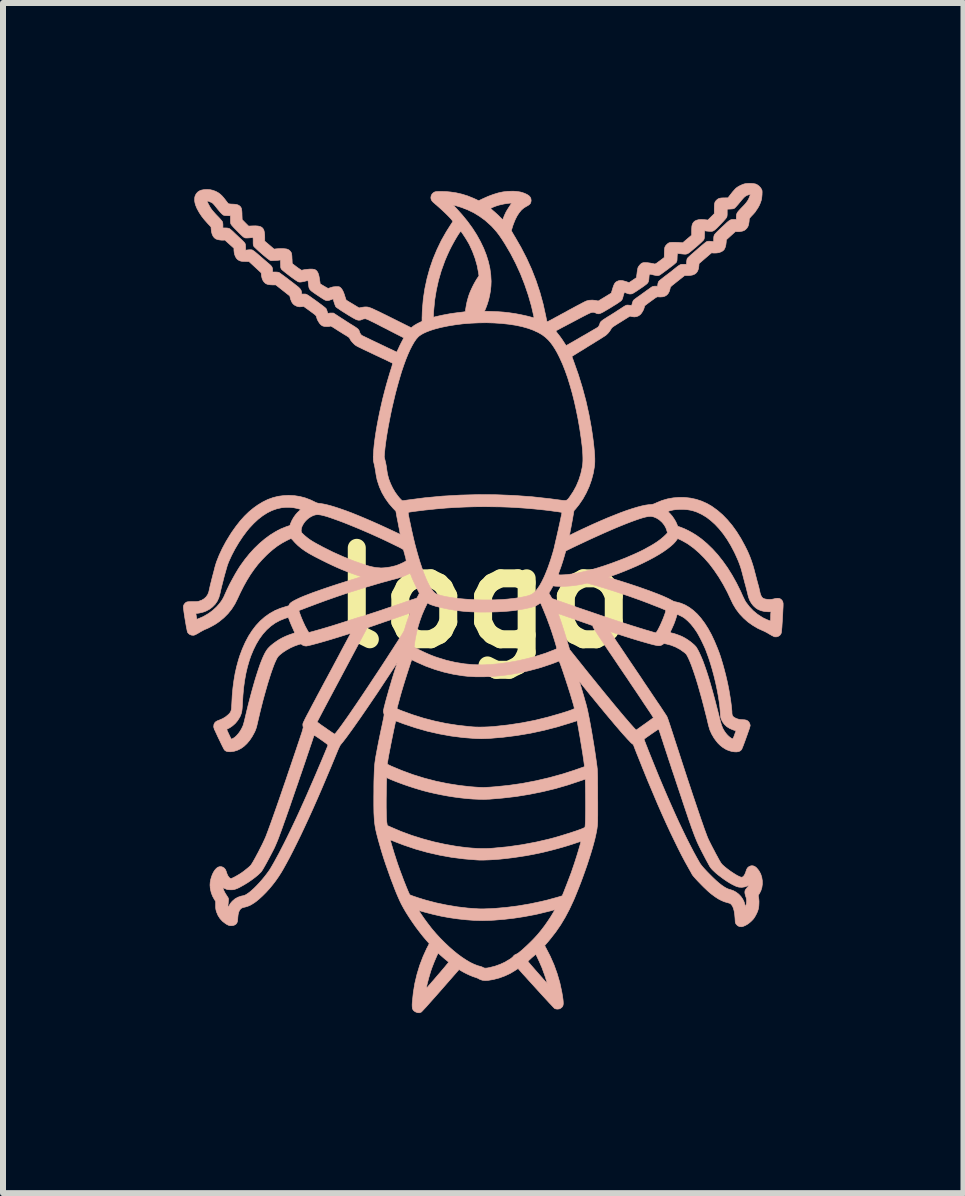
<source format=kicad_pcb>
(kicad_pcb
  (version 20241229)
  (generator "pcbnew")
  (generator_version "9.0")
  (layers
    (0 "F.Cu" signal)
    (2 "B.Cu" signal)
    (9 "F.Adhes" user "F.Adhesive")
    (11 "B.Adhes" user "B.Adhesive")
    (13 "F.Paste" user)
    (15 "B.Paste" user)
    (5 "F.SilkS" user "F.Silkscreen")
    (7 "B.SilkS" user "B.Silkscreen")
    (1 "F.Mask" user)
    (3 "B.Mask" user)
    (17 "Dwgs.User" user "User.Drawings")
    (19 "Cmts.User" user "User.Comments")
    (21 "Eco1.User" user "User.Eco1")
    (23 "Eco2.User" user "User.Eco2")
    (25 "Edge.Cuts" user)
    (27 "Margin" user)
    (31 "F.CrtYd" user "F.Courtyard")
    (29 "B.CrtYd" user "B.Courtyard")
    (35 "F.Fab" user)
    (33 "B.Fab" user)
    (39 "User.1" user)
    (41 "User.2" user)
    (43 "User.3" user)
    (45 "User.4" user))
  (footprint "logo"
    (layer "F.Cu")
    (at 4.999 6.912)
    (property "Reference" "logo" (at 0 0 0) (layer "F.SilkS") (effects (font (size 1.524 1.524) (thickness 0.3))))
    (attr through_hole)
    (fp_poly (pts (xy 4.47 -6.906) (xy 4.506 -6.903) (xy 4.537 -6.897) (xy 4.543 -6.896) (xy 4.569 -6.883) (xy 4.596 -6.863) (xy 4.62 -6.838) (xy 4.637 -6.812) (xy 4.643 -6.8) (xy 4.647 -6.789) (xy 4.648 -6.777) (xy 4.649 -6.762) (xy 4.648 -6.74) (xy 4.648 -6.725) (xy 4.645 -6.69) (xy 4.641 -6.656) (xy 4.635 -6.628) (xy 4.634 -6.623) (xy 4.621 -6.585) (xy 4.604 -6.544) (xy 4.583 -6.505) (xy 4.561 -6.471) (xy 4.56 -6.469) (xy 4.549 -6.455) (xy 4.542 -6.443) (xy 4.539 -6.438) (xy 4.536 -6.433) (xy 4.526 -6.421) (xy 4.512 -6.405) (xy 4.495 -6.386) (xy 4.487 -6.378) (xy 4.466 -6.356) (xy 4.452 -6.34) (xy 4.443 -6.328) (xy 4.437 -6.319) (xy 4.435 -6.311) (xy 4.434 -6.302) (xy 4.434 -6.297) (xy 4.432 -6.272) (xy 4.428 -6.244) (xy 4.422 -6.216) (xy 4.414 -6.192) (xy 4.41 -6.184) (xy 4.394 -6.16) (xy 4.373 -6.138) (xy 4.35 -6.122) (xy 4.327 -6.113) (xy 4.298 -6.107) (xy 4.267 -6.102) (xy 4.237 -6.102) (xy 4.234 -6.102) (xy 4.204 -6.104) (xy 4.129 -6.036) (xy 4.053 -5.967) (xy 4.05 -5.923) (xy 4.045 -5.883) (xy 4.036 -5.846) (xy 4.022 -5.815) (xy 4.013 -5.8) (xy 3.992 -5.781) (xy 3.963 -5.765) (xy 3.929 -5.753) (xy 3.89 -5.747) (xy 3.85 -5.746) (xy 3.841 -5.746) (xy 3.806 -5.749) (xy 3.702 -5.66) (xy 3.598 -5.57) (xy 3.595 -5.53) (xy 3.588 -5.485) (xy 3.575 -5.448) (xy 3.555 -5.418) (xy 3.528 -5.396) (xy 3.493 -5.381) (xy 3.451 -5.373) (xy 3.411 -5.371) (xy 3.358 -5.371) (xy 3.239 -5.277) (xy 3.205 -5.25) (xy 3.178 -5.228) (xy 3.157 -5.212) (xy 3.142 -5.199) (xy 3.131 -5.189) (xy 3.124 -5.181) (xy 3.12 -5.174) (xy 3.118 -5.168) (xy 3.117 -5.162) (xy 3.117 -5.161) (xy 3.113 -5.143) (xy 3.107 -5.122) (xy 3.103 -5.109) (xy 3.085 -5.074) (xy 3.061 -5.047) (xy 3.031 -5.028) (xy 2.994 -5.017) (xy 2.951 -5.014) (xy 2.917 -5.016) (xy 2.91 -5.017) (xy 2.903 -5.016) (xy 2.895 -5.013) (xy 2.885 -5.008) (xy 2.871 -4.999) (xy 2.852 -4.986) (xy 2.828 -4.968) (xy 2.796 -4.945) (xy 2.768 -4.925) (xy 2.743 -4.906) (xy 2.721 -4.889) (xy 2.705 -4.877) (xy 2.695 -4.869) (xy 2.693 -4.867) (xy 2.69 -4.859) (xy 2.687 -4.845) (xy 2.686 -4.843) (xy 2.679 -4.819) (xy 2.667 -4.791) (xy 2.651 -4.763) (xy 2.634 -4.738) (xy 2.621 -4.723) (xy 2.592 -4.701) (xy 2.558 -4.687) (xy 2.521 -4.682) (xy 2.482 -4.686) (xy 2.475 -4.688) (xy 2.447 -4.695) (xy 2.297 -4.601) (xy 2.256 -4.576) (xy 2.223 -4.555) (xy 2.198 -4.539) (xy 2.178 -4.526) (xy 2.163 -4.516) (xy 2.153 -4.507) (xy 2.145 -4.5) (xy 2.139 -4.493) (xy 2.135 -4.486) (xy 2.131 -4.478) (xy 2.107 -4.441) (xy 2.079 -4.407) (xy 2.049 -4.379) (xy 2.039 -4.371) (xy 2.029 -4.365) (xy 2.011 -4.353) (xy 1.987 -4.338) (xy 1.956 -4.318) (xy 1.919 -4.295) (xy 1.878 -4.27) (xy 1.834 -4.242) (xy 1.786 -4.213) (xy 1.745 -4.188) (xy 1.698 -4.158) (xy 1.653 -4.13) (xy 1.611 -4.105) (xy 1.574 -4.082) (xy 1.542 -4.062) (xy 1.516 -4.046) (xy 1.496 -4.033) (xy 1.484 -4.026) (xy 1.48 -4.023) (xy 1.481 -4.018) (xy 1.486 -4.005) (xy 1.493 -3.985) (xy 1.502 -3.961) (xy 1.51 -3.939) (xy 1.586 -3.724) (xy 1.654 -3.504) (xy 1.714 -3.28) (xy 1.764 -3.055) (xy 1.805 -2.83) (xy 1.826 -2.689) (xy 1.838 -2.597) (xy 1.847 -2.515) (xy 1.854 -2.442) (xy 1.859 -2.377) (xy 1.861 -2.319) (xy 1.861 -2.269) (xy 1.859 -2.224) (xy 1.856 -2.194) (xy 1.836 -2.078) (xy 1.806 -1.965) (xy 1.767 -1.855) (xy 1.719 -1.75) (xy 1.663 -1.649) (xy 1.598 -1.554) (xy 1.543 -1.485) (xy 1.514 -1.453) (xy 1.496 -1.349) (xy 1.489 -1.307) (xy 1.48 -1.26) (xy 1.471 -1.212) (xy 1.463 -1.168) (xy 1.458 -1.144) (xy 1.452 -1.113) (xy 1.447 -1.086) (xy 1.443 -1.064) (xy 1.44 -1.049) (xy 1.44 -1.043) (xy 1.44 -1.043) (xy 1.445 -1.045) (xy 1.457 -1.051) (xy 1.476 -1.06) (xy 1.499 -1.072) (xy 1.505 -1.075) (xy 1.528 -1.086) (xy 1.559 -1.101) (xy 1.594 -1.118) (xy 1.632 -1.136) (xy 1.67 -1.154) (xy 1.686 -1.161) (xy 1.822 -1.224) (xy 1.951 -1.281) (xy 2.072 -1.333) (xy 2.187 -1.379) (xy 2.293 -1.421) (xy 2.349 -1.441) (xy 3.077 -1.441) (xy 3.114 -1.405) (xy 3.149 -1.365) (xy 3.181 -1.319) (xy 3.21 -1.271) (xy 3.226 -1.236) (xy 3.243 -1.194) (xy 3.295 -1.176) (xy 3.355 -1.152) (xy 3.42 -1.121) (xy 3.487 -1.084) (xy 3.554 -1.043) (xy 3.618 -0.997) (xy 3.64 -0.981) (xy 3.732 -0.903) (xy 3.822 -0.816) (xy 3.91 -0.719) (xy 3.993 -0.614) (xy 4.074 -0.5) (xy 4.15 -0.378) (xy 4.222 -0.249) (xy 4.29 -0.112) (xy 4.321 -0.042) (xy 4.335 -0.012) (xy 4.35 0.018) (xy 4.364 0.046) (xy 4.377 0.068) (xy 4.382 0.075) (xy 4.437 0.147) (xy 4.5 0.213) (xy 4.571 0.272) (xy 4.65 0.323) (xy 4.661 0.33) (xy 4.679 0.339) (xy 4.701 0.349) (xy 4.724 0.36) (xy 4.746 0.369) (xy 4.766 0.377) (xy 4.779 0.382) (xy 4.784 0.383) (xy 4.787 0.38) (xy 4.789 0.37) (xy 4.79 0.351) (xy 4.791 0.326) (xy 4.791 0.301) (xy 4.792 0.277) (xy 4.793 0.258) (xy 4.794 0.25) (xy 4.797 0.231) (xy 4.748 0.231) (xy 4.687 0.226) (xy 4.632 0.213) (xy 4.581 0.192) (xy 4.541 0.166) (xy 4.502 0.13) (xy 4.469 0.087) (xy 4.441 0.038) (xy 4.421 -0.016) (xy 4.414 -0.045) (xy 4.409 -0.066) (xy 4.402 -0.094) (xy 4.394 -0.126) (xy 4.385 -0.161) (xy 4.378 -0.189) (xy 4.367 -0.228) (xy 4.355 -0.273) (xy 4.343 -0.319) (xy 4.332 -0.361) (xy 4.327 -0.38) (xy 4.31 -0.445) (xy 4.293 -0.504) (xy 4.274 -0.559) (xy 4.253 -0.614) (xy 4.228 -0.671) (xy 4.2 -0.733) (xy 4.183 -0.768) (xy 4.126 -0.876) (xy 4.066 -0.975) (xy 4.002 -1.067) (xy 3.935 -1.15) (xy 3.866 -1.224) (xy 3.794 -1.289) (xy 3.721 -1.345) (xy 3.645 -1.391) (xy 3.568 -1.427) (xy 3.553 -1.433) (xy 3.502 -1.45) (xy 3.453 -1.462) (xy 3.403 -1.47) (xy 3.349 -1.474) (xy 3.307 -1.475) (xy 3.256 -1.474) (xy 3.212 -1.471) (xy 3.172 -1.466) (xy 3.132 -1.457) (xy 3.104 -1.449) (xy 3.077 -1.441) (xy 2.349 -1.441) (xy 2.392 -1.457) (xy 2.483 -1.487) (xy 2.566 -1.512) (xy 2.641 -1.532) (xy 2.708 -1.546) (xy 2.766 -1.554) (xy 2.783 -1.555) (xy 2.805 -1.557) (xy 2.823 -1.56) (xy 2.839 -1.564) (xy 2.857 -1.571) (xy 2.88 -1.581) (xy 2.89 -1.586) (xy 2.98 -1.623) (xy 3.073 -1.65) (xy 3.168 -1.667) (xy 3.264 -1.675) (xy 3.36 -1.674) (xy 3.455 -1.663) (xy 3.549 -1.643) (xy 3.64 -1.613) (xy 3.728 -1.574) (xy 3.812 -1.526) (xy 3.818 -1.521) (xy 3.907 -1.457) (xy 3.992 -1.383) (xy 4.073 -1.299) (xy 4.151 -1.206) (xy 4.225 -1.103) (xy 4.295 -0.991) (xy 4.361 -0.87) (xy 4.371 -0.85) (xy 4.399 -0.794) (xy 4.422 -0.743) (xy 4.443 -0.693) (xy 4.462 -0.643) (xy 4.48 -0.591) (xy 4.498 -0.535) (xy 4.516 -0.472) (xy 4.534 -0.401) (xy 4.535 -0.401) (xy 4.545 -0.36) (xy 4.556 -0.319) (xy 4.566 -0.279) (xy 4.576 -0.244) (xy 4.584 -0.214) (xy 4.589 -0.197) (xy 4.596 -0.169) (xy 4.602 -0.143) (xy 4.607 -0.121) (xy 4.61 -0.108) (xy 4.617 -0.076) (xy 4.628 -0.045) (xy 4.641 -0.019) (xy 4.65 -0.008) (xy 4.663 0.004) (xy 4.679 0.012) (xy 4.699 0.018) (xy 4.735 0.024) (xy 4.775 0.026) (xy 4.812 0.023) (xy 4.838 0.018) (xy 4.876 0.009) (xy 4.91 0.006) (xy 4.938 0.01) (xy 4.952 0.016) (xy 4.976 0.035) (xy 4.992 0.06) (xy 4.999 0.091) (xy 4.999 0.094) (xy 4.999 0.105) (xy 4.999 0.126) (xy 4.998 0.154) (xy 4.996 0.19) (xy 4.994 0.231) (xy 4.992 0.275) (xy 4.989 0.323) (xy 4.988 0.348) (xy 4.984 0.404) (xy 4.981 0.449) (xy 4.979 0.487) (xy 4.976 0.517) (xy 4.974 0.54) (xy 4.972 0.558) (xy 4.97 0.572) (xy 4.968 0.582) (xy 4.966 0.59) (xy 4.963 0.596) (xy 4.963 0.596) (xy 4.946 0.621) (xy 4.922 0.638) (xy 4.893 0.648) (xy 4.863 0.649) (xy 4.857 0.648) (xy 4.846 0.644) (xy 4.828 0.635) (xy 4.806 0.624) (xy 4.781 0.609) (xy 4.771 0.604) (xy 4.745 0.588) (xy 4.718 0.573) (xy 4.695 0.561) (xy 4.676 0.552) (xy 4.673 0.551) (xy 4.58 0.509) (xy 4.494 0.458) (xy 4.413 0.401) (xy 4.34 0.336) (xy 4.273 0.265) (xy 4.215 0.188) (xy 4.165 0.105) (xy 4.136 0.045) (xy 4.071 -0.094) (xy 4.001 -0.225) (xy 3.928 -0.347) (xy 3.851 -0.461) (xy 3.771 -0.567) (xy 3.687 -0.663) (xy 3.6 -0.75) (xy 3.51 -0.828) (xy 3.42 -0.894) (xy 3.393 -0.911) (xy 3.361 -0.929) (xy 3.329 -0.947) (xy 3.305 -0.96) (xy 3.279 -0.972) (xy 3.261 -0.981) (xy 3.25 -0.985) (xy 3.242 -0.986) (xy 3.238 -0.984) (xy 3.237 -0.982) (xy 3.209 -0.943) (xy 3.172 -0.902) (xy 3.125 -0.86) (xy 3.069 -0.816) (xy 3.004 -0.77) (xy 2.931 -0.724) (xy 2.85 -0.677) (xy 2.762 -0.63) (xy 2.666 -0.582) (xy 2.564 -0.534) (xy 2.455 -0.487) (xy 2.361 -0.448) (xy 2.323 -0.433) (xy 2.282 -0.417) (xy 2.243 -0.402) (xy 2.207 -0.389) (xy 2.177 -0.378) (xy 2.167 -0.375) (xy 2.141 -0.366) (xy 2.119 -0.358) (xy 2.102 -0.351) (xy 2.092 -0.347) (xy 2.09 -0.346) (xy 2.094 -0.344) (xy 2.106 -0.339) (xy 2.125 -0.332) (xy 2.151 -0.324) (xy 2.18 -0.314) (xy 2.187 -0.312) (xy 2.294 -0.279) (xy 2.398 -0.246) (xy 2.498 -0.213) (xy 2.594 -0.181) (xy 2.684 -0.149) (xy 2.769 -0.119) (xy 2.848 -0.089) (xy 2.919 -0.062) (xy 2.983 -0.036) (xy 3.04 -0.011) (xy 3.088 0.011) (xy 3.126 0.031) (xy 3.15 0.044) (xy 3.174 0.056) (xy 3.208 0.066) (xy 3.221 0.068) (xy 3.295 0.088) (xy 3.367 0.118) (xy 3.437 0.159) (xy 3.504 0.209) (xy 3.569 0.269) (xy 3.631 0.34) (xy 3.691 0.42) (xy 3.749 0.511) (xy 3.804 0.611) (xy 3.856 0.722) (xy 3.906 0.842) (xy 3.934 0.915) (xy 3.956 0.979) (xy 3.978 1.051) (xy 4.001 1.129) (xy 4.023 1.21) (xy 4.044 1.292) (xy 4.063 1.373) (xy 4.08 1.451) (xy 4.085 1.477) (xy 4.097 1.537) (xy 4.107 1.598) (xy 4.117 1.658) (xy 4.126 1.716) (xy 4.133 1.77) (xy 4.139 1.818) (xy 4.143 1.861) (xy 4.146 1.895) (xy 4.146 1.909) (xy 4.148 1.939) (xy 4.156 1.963) (xy 4.171 1.982) (xy 4.194 1.997) (xy 4.225 2.011) (xy 4.236 2.015) (xy 4.264 2.023) (xy 4.291 2.027) (xy 4.322 2.029) (xy 4.322 2.029) (xy 4.359 2.031) (xy 4.387 2.037) (xy 4.409 2.049) (xy 4.422 2.061) (xy 4.436 2.08) (xy 4.446 2.104) (xy 4.45 2.127) (xy 4.45 2.128) (xy 4.448 2.137) (xy 4.443 2.154) (xy 4.436 2.178) (xy 4.426 2.207) (xy 4.414 2.241) (xy 4.401 2.279) (xy 4.387 2.317) (xy 4.373 2.357) (xy 4.359 2.395) (xy 4.346 2.43) (xy 4.334 2.462) (xy 4.323 2.489) (xy 4.315 2.509) (xy 4.309 2.522) (xy 4.308 2.524) (xy 4.298 2.536) (xy 4.282 2.549) (xy 4.276 2.553) (xy 4.251 2.562) (xy 4.219 2.566) (xy 4.182 2.564) (xy 4.142 2.558) (xy 4.102 2.546) (xy 4.062 2.531) (xy 4.042 2.521) (xy 3.995 2.492) (xy 3.953 2.459) (xy 3.914 2.421) (xy 3.876 2.374) (xy 3.847 2.334) (xy 3.808 2.267) (xy 3.778 2.2) (xy 3.757 2.129) (xy 3.755 2.123) (xy 3.746 2.083) (xy 3.735 2.036) (xy 3.722 1.982) (xy 3.707 1.925) (xy 3.692 1.866) (xy 3.677 1.806) (xy 3.662 1.749) (xy 3.648 1.696) (xy 3.64 1.666) (xy 3.609 1.556) (xy 3.58 1.453) (xy 3.551 1.358) (xy 3.523 1.271) (xy 3.496 1.193) (xy 3.471 1.123) (xy 3.447 1.063) (xy 3.425 1.013) (xy 3.414 0.99) (xy 3.401 0.965) (xy 3.39 0.946) (xy 3.379 0.932) (xy 3.366 0.92) (xy 3.353 0.909) (xy 3.283 0.859) (xy 3.209 0.819) (xy 3.131 0.788) (xy 3.055 0.768) (xy 3.014 0.76) (xy 2.99 0.777) (xy 2.972 0.787) (xy 2.952 0.794) (xy 2.929 0.796) (xy 2.902 0.794) (xy 2.867 0.787) (xy 2.841 0.781) (xy 2.783 0.766) (xy 2.716 0.747) (xy 2.642 0.726) (xy 2.561 0.702) (xy 2.476 0.676) (xy 2.387 0.648) (xy 2.296 0.619) (xy 2.236 0.599) (xy 2.203 0.589) (xy 2.173 0.579) (xy 2.148 0.571) (xy 2.129 0.565) (xy 2.118 0.562) (xy 2.115 0.562) (xy 2.118 0.566) (xy 2.126 0.579) (xy 2.14 0.599) (xy 2.158 0.627) (xy 2.181 0.662) (xy 2.209 0.703) (xy 2.24 0.75) (xy 2.276 0.802) (xy 2.314 0.859) (xy 2.356 0.921) (xy 2.4 0.987) (xy 2.447 1.057) (xy 2.496 1.129) (xy 2.547 1.205) (xy 2.583 1.258) (xy 2.635 1.335) (xy 2.685 1.411) (xy 2.734 1.483) (xy 2.781 1.553) (xy 2.825 1.619) (xy 2.867 1.681) (xy 2.905 1.738) (xy 2.941 1.79) (xy 2.972 1.837) (xy 2.999 1.878) (xy 3.022 1.913) (xy 3.04 1.94) (xy 3.053 1.96) (xy 3.061 1.973) (xy 3.063 1.976) (xy 3.067 1.986) (xy 3.074 2.004) (xy 3.084 2.031) (xy 3.095 2.064) (xy 3.108 2.102) (xy 3.122 2.145) (xy 3.137 2.191) (xy 3.15 2.23) (xy 3.206 2.404) (xy 3.26 2.569) (xy 3.311 2.727) (xy 3.36 2.877) (xy 3.406 3.018) (xy 3.45 3.15) (xy 3.491 3.275) (xy 3.53 3.39) (xy 3.566 3.497) (xy 3.599 3.594) (xy 3.629 3.683) (xy 3.657 3.762) (xy 3.681 3.832) (xy 3.703 3.892) (xy 3.722 3.943) (xy 3.737 3.983) (xy 3.745 4.002) (xy 3.754 4.022) (xy 3.768 4.051) (xy 3.785 4.085) (xy 3.805 4.125) (xy 3.828 4.169) (xy 3.853 4.216) (xy 3.878 4.265) (xy 3.905 4.313) (xy 3.921 4.344) (xy 3.939 4.376) (xy 3.954 4.401) (xy 3.966 4.42) (xy 3.978 4.435) (xy 3.99 4.448) (xy 4.001 4.458) (xy 4.032 4.485) (xy 4.066 4.512) (xy 4.103 4.54) (xy 4.14 4.566) (xy 4.177 4.59) (xy 4.212 4.612) (xy 4.244 4.63) (xy 4.272 4.643) (xy 4.294 4.652) (xy 4.308 4.654) (xy 4.325 4.649) (xy 4.342 4.634) (xy 4.358 4.61) (xy 4.373 4.577) (xy 4.381 4.551) (xy 4.394 4.517) (xy 4.411 4.492) (xy 4.433 4.475) (xy 4.46 4.465) (xy 4.466 4.463) (xy 4.495 4.463) (xy 4.523 4.472) (xy 4.55 4.491) (xy 4.577 4.521) (xy 4.598 4.549) (xy 4.625 4.599) (xy 4.643 4.654) (xy 4.652 4.711) (xy 4.653 4.768) (xy 4.645 4.825) (xy 4.628 4.879) (xy 4.602 4.93) (xy 4.597 4.936) (xy 4.589 4.95) (xy 4.585 4.959) (xy 4.586 4.97) (xy 4.589 4.986) (xy 4.59 4.989) (xy 4.594 5.018) (xy 4.597 5.055) (xy 4.596 5.094) (xy 4.594 5.133) (xy 4.589 5.167) (xy 4.586 5.182) (xy 4.574 5.222) (xy 4.555 5.264) (xy 4.533 5.305) (xy 4.51 5.341) (xy 4.503 5.35) (xy 4.475 5.38) (xy 4.443 5.409) (xy 4.41 5.434) (xy 4.376 5.454) (xy 4.343 5.469) (xy 4.314 5.478) (xy 4.301 5.479) (xy 4.269 5.475) (xy 4.241 5.461) (xy 4.218 5.438) (xy 4.217 5.436) (xy 4.211 5.427) (xy 4.206 5.418) (xy 4.203 5.408) (xy 4.201 5.394) (xy 4.2 5.374) (xy 4.198 5.346) (xy 4.198 5.34) (xy 4.192 5.274) (xy 4.183 5.218) (xy 4.171 5.172) (xy 4.155 5.135) (xy 4.136 5.109) (xy 4.126 5.099) (xy 4.116 5.092) (xy 4.102 5.086) (xy 4.083 5.081) (xy 4.066 5.076) (xy 4.018 5.062) (xy 3.969 5.041) (xy 3.919 5.015) (xy 3.867 4.981) (xy 3.81 4.939) (xy 3.79 4.923) (xy 3.766 4.903) (xy 3.739 4.879) (xy 3.71 4.851) (xy 3.678 4.821) (xy 3.646 4.789) (xy 3.614 4.756) (xy 3.583 4.724) (xy 3.554 4.693) (xy 3.529 4.665) (xy 3.507 4.64) (xy 3.491 4.62) (xy 3.481 4.605) (xy 3.479 4.6) (xy 3.475 4.593) (xy 3.467 4.578) (xy 3.456 4.558) (xy 3.441 4.532) (xy 3.425 4.504) (xy 3.421 4.496) (xy 3.365 4.396) (xy 3.307 4.287) (xy 3.247 4.168) (xy 3.184 4.039) (xy 3.118 3.902) (xy 3.05 3.755) (xy 2.98 3.6) (xy 2.908 3.436) (xy 2.835 3.263) (xy 2.759 3.083) (xy 2.751 3.065) (xy 2.736 3.028) (xy 2.719 2.986) (xy 2.7 2.94) (xy 2.681 2.892) (xy 2.66 2.842) (xy 2.64 2.791) (xy 2.62 2.74) (xy 2.6 2.691) (xy 2.581 2.643) (xy 2.563 2.599) (xy 2.547 2.558) (xy 2.533 2.523) (xy 2.522 2.493) (xy 2.513 2.47) (xy 2.507 2.455) (xy 2.505 2.449) (xy 2.505 2.449) (xy 2.501 2.443) (xy 2.491 2.435) (xy 2.487 2.432) (xy 2.475 2.423) (xy 2.457 2.406) (xy 2.434 2.381) (xy 2.408 2.354) (xy 2.683 2.354) (xy 2.684 2.358) (xy 2.686 2.365) (xy 2.69 2.377) (xy 2.695 2.393) (xy 2.704 2.414) (xy 2.714 2.442) (xy 2.728 2.476) (xy 2.744 2.518) (xy 2.764 2.568) (xy 2.786 2.623) (xy 2.857 2.799) (xy 2.927 2.971) (xy 2.997 3.137) (xy 3.066 3.298) (xy 3.134 3.453) (xy 3.2 3.601) (xy 3.265 3.743) (xy 3.329 3.877) (xy 3.39 4.003) (xy 3.45 4.121) (xy 3.507 4.231) (xy 3.562 4.331) (xy 3.6 4.398) (xy 3.612 4.419) (xy 3.625 4.438) (xy 3.64 4.458) (xy 3.656 4.478) (xy 3.676 4.501) (xy 3.701 4.528) (xy 3.73 4.559) (xy 3.767 4.597) (xy 3.769 4.599) (xy 3.828 4.658) (xy 3.882 4.709) (xy 3.931 4.752) (xy 3.976 4.787) (xy 4.017 4.815) (xy 4.055 4.837) (xy 4.09 4.852) (xy 4.115 4.859) (xy 4.166 4.876) (xy 4.214 4.902) (xy 4.258 4.935) (xy 4.296 4.975) (xy 4.327 5.02) (xy 4.35 5.068) (xy 4.362 5.112) (xy 4.369 5.148) (xy 4.376 5.131) (xy 4.381 5.116) (xy 4.386 5.096) (xy 4.388 5.085) (xy 4.391 5.042) (xy 4.384 4.997) (xy 4.373 4.964) (xy 4.364 4.931) (xy 4.361 4.901) (xy 4.365 4.875) (xy 4.366 4.873) (xy 4.372 4.862) (xy 4.383 4.847) (xy 4.394 4.833) (xy 4.407 4.818) (xy 4.418 4.804) (xy 4.424 4.796) (xy 4.426 4.791) (xy 4.424 4.789) (xy 4.416 4.793) (xy 4.404 4.798) (xy 4.359 4.815) (xy 4.312 4.822) (xy 4.263 4.819) (xy 4.251 4.816) (xy 4.222 4.808) (xy 4.187 4.792) (xy 4.147 4.772) (xy 4.103 4.747) (xy 4.057 4.718) (xy 4.01 4.686) (xy 3.964 4.652) (xy 3.919 4.618) (xy 3.877 4.583) (xy 3.843 4.551) (xy 3.824 4.533) (xy 3.809 4.517) (xy 3.797 4.503) (xy 3.786 4.488) (xy 3.774 4.47) (xy 3.761 4.446) (xy 3.745 4.416) (xy 3.743 4.413) (xy 3.707 4.347) (xy 3.676 4.288) (xy 3.649 4.236) (xy 3.625 4.189) (xy 3.604 4.147) (xy 3.585 4.107) (xy 3.567 4.068) (xy 3.551 4.03) (xy 3.535 3.991) (xy 3.519 3.95) (xy 3.502 3.905) (xy 3.484 3.855) (xy 3.469 3.816) (xy 3.461 3.791) (xy 3.449 3.757) (xy 3.434 3.715) (xy 3.417 3.665) (xy 3.398 3.608) (xy 3.377 3.546) (xy 3.354 3.478) (xy 3.33 3.406) (xy 3.305 3.33) (xy 3.279 3.252) (xy 3.252 3.172) (xy 3.225 3.091) (xy 3.198 3.009) (xy 3.171 2.928) (xy 3.144 2.849) (xy 3.119 2.771) (xy 3.094 2.697) (xy 3.071 2.626) (xy 3.049 2.559) (xy 3.029 2.498) (xy 3.011 2.444) (xy 2.996 2.396) (xy 2.993 2.386) (xy 2.978 2.343) (xy 2.965 2.302) (xy 2.953 2.266) (xy 2.943 2.235) (xy 2.934 2.211) (xy 2.928 2.194) (xy 2.924 2.186) (xy 2.924 2.186) (xy 2.919 2.189) (xy 2.907 2.196) (xy 2.889 2.209) (xy 2.866 2.224) (xy 2.84 2.242) (xy 2.813 2.26) (xy 2.785 2.28) (xy 2.758 2.299) (xy 2.733 2.316) (xy 2.712 2.331) (xy 2.696 2.343) (xy 2.686 2.35) (xy 2.684 2.352) (xy 2.683 2.354) (xy 2.408 2.354) (xy 2.404 2.35) (xy 2.37 2.312) (xy 2.331 2.269) (xy 2.288 2.22) (xy 2.241 2.165) (xy 2.191 2.107) (xy 2.138 2.043) (xy 2.081 1.976) (xy 2.023 1.906) (xy 2.004 1.883) (xy 1.972 1.844) (xy 1.938 1.803) (xy 1.902 1.759) (xy 1.865 1.714) (xy 1.828 1.668) (xy 1.791 1.624) (xy 1.756 1.581) (xy 1.724 1.541) (xy 1.695 1.505) (xy 1.669 1.473) (xy 1.649 1.448) (xy 1.634 1.429) (xy 1.63 1.424) (xy 1.619 1.41) (xy 1.61 1.4) (xy 1.605 1.396) (xy 1.605 1.396) (xy 1.606 1.402) (xy 1.609 1.413) (xy 1.609 1.413) (xy 1.614 1.427) (xy 1.622 1.45) (xy 1.631 1.48) (xy 1.641 1.515) (xy 1.653 1.554) (xy 1.665 1.596) (xy 1.678 1.638) (xy 1.69 1.681) (xy 1.701 1.721) (xy 1.712 1.757) (xy 1.72 1.788) (xy 1.724 1.804) (xy 1.734 1.843) (xy 1.745 1.891) (xy 1.756 1.947) (xy 1.769 2.01) (xy 1.782 2.079) (xy 1.795 2.151) (xy 1.809 2.228) (xy 1.822 2.306) (xy 1.835 2.385) (xy 1.848 2.463) (xy 1.86 2.54) (xy 1.871 2.614) (xy 1.881 2.685) (xy 1.89 2.75) (xy 1.898 2.808) (xy 1.9 2.828) (xy 1.902 2.843) (xy 1.903 2.861) (xy 1.904 2.881) (xy 1.905 2.904) (xy 1.906 2.932) (xy 1.907 2.964) (xy 1.908 3.002) (xy 1.908 3.047) (xy 1.908 3.099) (xy 1.909 3.159) (xy 1.909 3.227) (xy 1.909 3.306) (xy 1.909 3.326) (xy 1.91 3.403) (xy 1.91 3.47) (xy 1.91 3.528) (xy 1.91 3.578) (xy 1.91 3.621) (xy 1.909 3.658) (xy 1.909 3.689) (xy 1.909 3.716) (xy 1.908 3.738) (xy 1.907 3.757) (xy 1.906 3.774) (xy 1.905 3.79) (xy 1.903 3.805) (xy 1.901 3.82) (xy 1.899 3.836) (xy 1.899 3.839) (xy 1.89 3.893) (xy 1.877 3.954) (xy 1.861 4.024) (xy 1.841 4.099) (xy 1.818 4.181) (xy 1.792 4.267) (xy 1.763 4.357) (xy 1.733 4.45) (xy 1.7 4.544) (xy 1.666 4.639) (xy 1.631 4.734) (xy 1.595 4.827) (xy 1.558 4.919) (xy 1.522 5.007) (xy 1.503 5.05) (xy 1.437 5.191) (xy 1.367 5.323) (xy 1.292 5.448) (xy 1.21 5.567) (xy 1.121 5.681) (xy 1.079 5.732) (xy 1.026 5.793) (xy 1.045 5.828) (xy 1.118 5.969) (xy 1.182 6.114) (xy 1.235 6.262) (xy 1.279 6.413) (xy 1.312 6.567) (xy 1.326 6.65) (xy 1.332 6.694) (xy 1.335 6.728) (xy 1.336 6.756) (xy 1.334 6.777) (xy 1.33 6.794) (xy 1.322 6.809) (xy 1.311 6.822) (xy 1.307 6.825) (xy 1.289 6.839) (xy 1.273 6.847) (xy 1.252 6.85) (xy 1.238 6.851) (xy 1.216 6.849) (xy 1.199 6.844) (xy 1.189 6.839) (xy 1.184 6.833) (xy 1.172 6.821) (xy 1.154 6.802) (xy 1.131 6.777) (xy 1.103 6.748) (xy 1.071 6.713) (xy 1.036 6.675) (xy 0.998 6.634) (xy 0.958 6.59) (xy 0.916 6.544) (xy 0.874 6.498) (xy 0.831 6.45) (xy 0.788 6.403) (xy 0.746 6.357) (xy 0.705 6.311) (xy 0.666 6.269) (xy 0.63 6.228) (xy 0.598 6.192) (xy 0.583 6.175) (xy 0.531 6.209) (xy 0.449 6.258) (xy 0.36 6.299) (xy 0.267 6.333) (xy 0.171 6.358) (xy 0.08 6.373) (xy 0.032 6.375) (xy -0.013 6.37) (xy -0.052 6.357) (xy -0.079 6.342) (xy -0.091 6.336) (xy -0.109 6.329) (xy -0.123 6.324) (xy -0.169 6.309) (xy -0.22 6.288) (xy -0.272 6.264) (xy -0.323 6.238) (xy -0.37 6.211) (xy -0.375 6.208) (xy -0.401 6.192) (xy -0.707 6.542) (xy -0.766 6.609) (xy -0.82 6.67) (xy -0.868 6.724) (xy -0.91 6.771) (xy -0.946 6.812) (xy -0.977 6.845) (xy -1.001 6.871) (xy -1.018 6.889) (xy -1.029 6.9) (xy -1.033 6.902) (xy -1.059 6.912) (xy -1.088 6.911) (xy -1.119 6.901) (xy -1.121 6.9) (xy -1.142 6.888) (xy -1.159 6.874) (xy -1.17 6.858) (xy -1.178 6.838) (xy -1.181 6.813) (xy -1.182 6.78) (xy -1.18 6.739) (xy -1.179 6.733) (xy -1.163 6.576) (xy -1.149 6.492) (xy -0.943 6.492) (xy -0.942 6.498) (xy -0.939 6.497) (xy -0.937 6.495) (xy -0.932 6.49) (xy -0.921 6.478) (xy -0.905 6.459) (xy -0.883 6.435) (xy -0.858 6.405) (xy -0.829 6.372) (xy -0.797 6.335) (xy -0.764 6.296) (xy -0.752 6.282) (xy -0.717 6.242) (xy -0.685 6.204) (xy -0.656 6.17) (xy -0.63 6.139) (xy -0.609 6.113) (xy -0.592 6.093) (xy -0.58 6.079) (xy -0.574 6.071) (xy -0.574 6.07) (xy -0.578 6.065) (xy -0.588 6.056) (xy -0.603 6.043) (xy -0.616 6.033) (xy -0.638 6.015) (xy -0.664 5.993) (xy -0.69 5.97) (xy -0.703 5.959) (xy -0.749 5.917) (xy -0.768 5.958) (xy -0.789 6.006) (xy -0.812 6.059) (xy -0.834 6.115) (xy -0.855 6.17) (xy -0.872 6.219) (xy -0.873 6.223) (xy -0.883 6.256) (xy -0.894 6.294) (xy -0.906 6.333) (xy -0.916 6.373) (xy -0.926 6.41) (xy -0.934 6.443) (xy -0.939 6.469) (xy -0.941 6.478) (xy -0.943 6.492) (xy -1.149 6.492) (xy -1.137 6.42) (xy -1.101 6.269) (xy -1.056 6.121) (xy -1.001 5.977) (xy -0.938 5.838) (xy -0.93 5.824) (xy -0.897 5.759) (xy -0.94 5.711) (xy -0.999 5.642) (xy -1.058 5.567) (xy -1.118 5.488) (xy -1.175 5.407) (xy -1.23 5.325) (xy -1.281 5.245) (xy -1.301 5.211) (xy -1.067 5.211) (xy -1.066 5.217) (xy -1.058 5.23) (xy -1.046 5.248) (xy -1.03 5.272) (xy -1.011 5.3) (xy -0.99 5.331) (xy -0.966 5.364) (xy -0.942 5.397) (xy -0.917 5.43) (xy -0.893 5.461) (xy -0.871 5.49) (xy -0.85 5.516) (xy -0.85 5.517) (xy -0.781 5.597) (xy -0.71 5.674) (xy -0.637 5.747) (xy -0.564 5.816) (xy -0.491 5.88) (xy -0.419 5.938) (xy -0.348 5.99) (xy -0.279 6.035) (xy -0.213 6.074) (xy -0.15 6.104) (xy -0.091 6.127) (xy -0.051 6.138) (xy -0.03 6.144) (xy -0.01 6.152) (xy -0.001 6.157) (xy 0.013 6.164) (xy 0.028 6.168) (xy 0.046 6.168) (xy 0.07 6.166) (xy 0.101 6.16) (xy 0.111 6.158) (xy 0.201 6.135) (xy 0.289 6.103) (xy 0.373 6.064) (xy 0.384 6.056) (xy 0.748 6.056) (xy 0.751 6.061) (xy 0.76 6.073) (xy 0.775 6.09) (xy 0.794 6.113) (xy 0.817 6.139) (xy 0.843 6.169) (xy 0.87 6.2) (xy 0.899 6.233) (xy 0.928 6.266) (xy 0.956 6.298) (xy 0.983 6.328) (xy 1.007 6.356) (xy 1.029 6.38) (xy 1.046 6.399) (xy 1.059 6.413) (xy 1.066 6.42) (xy 1.067 6.421) (xy 1.067 6.416) (xy 1.064 6.405) (xy 1.061 6.393) (xy 1.051 6.362) (xy 1.039 6.324) (xy 1.025 6.282) (xy 1.009 6.239) (xy 0.994 6.198) (xy 0.981 6.162) (xy 0.98 6.159) (xy 0.971 6.139) (xy 0.96 6.114) (xy 0.948 6.086) (xy 0.935 6.056) (xy 0.921 6.027) (xy 0.908 5.999) (xy 0.897 5.975) (xy 0.887 5.956) (xy 0.881 5.943) (xy 0.878 5.94) (xy 0.874 5.942) (xy 0.863 5.95) (xy 0.848 5.963) (xy 0.83 5.978) (xy 0.81 5.995) (xy 0.791 6.013) (xy 0.774 6.029) (xy 0.759 6.042) (xy 0.75 6.052) (xy 0.748 6.056) (xy 0.384 6.056) (xy 0.45 6.017) (xy 0.467 6.005) (xy 0.483 5.992) (xy 0.496 5.98) (xy 0.503 5.972) (xy 0.515 5.957) (xy 0.535 5.943) (xy 0.553 5.936) (xy 0.568 5.928) (xy 0.59 5.914) (xy 0.616 5.893) (xy 0.647 5.868) (xy 0.68 5.838) (xy 0.716 5.805) (xy 0.753 5.77) (xy 0.791 5.733) (xy 0.828 5.696) (xy 0.862 5.66) (xy 0.895 5.624) (xy 0.918 5.598) (xy 0.975 5.528) (xy 1.031 5.454) (xy 1.083 5.379) (xy 1.131 5.306) (xy 1.173 5.236) (xy 1.177 5.229) (xy 1.187 5.211) (xy 1.191 5.2) (xy 1.191 5.196) (xy 1.187 5.196) (xy 1.187 5.196) (xy 1.176 5.2) (xy 1.156 5.205) (xy 1.129 5.213) (xy 1.097 5.221) (xy 1.061 5.23) (xy 1.022 5.239) (xy 0.983 5.249) (xy 0.945 5.258) (xy 0.908 5.267) (xy 0.876 5.274) (xy 0.849 5.28) (xy 0.846 5.28) (xy 0.681 5.311) (xy 0.518 5.336) (xy 0.354 5.355) (xy 0.185 5.369) (xy 0.109 5.373) (xy -0.015 5.376) (xy -0.145 5.373) (xy -0.281 5.363) (xy -0.42 5.348) (xy -0.561 5.328) (xy -0.702 5.302) (xy -0.842 5.27) (xy -0.98 5.234) (xy -0.992 5.23) (xy -1.018 5.223) (xy -1.04 5.217) (xy -1.057 5.213) (xy -1.066 5.211) (xy -1.067 5.211) (xy -1.301 5.211) (xy -1.326 5.168) (xy -1.365 5.096) (xy -1.367 5.091) (xy -1.391 5.042) (xy -1.416 4.985) (xy -1.444 4.92) (xy -1.473 4.848) (xy -1.502 4.771) (xy -1.533 4.691) (xy -1.563 4.607) (xy -1.593 4.522) (xy -1.623 4.437) (xy -1.651 4.353) (xy -1.677 4.271) (xy -1.701 4.192) (xy -1.711 4.156) (xy -1.731 4.087) (xy -1.746 4.033) (xy -1.545 4.033) (xy -1.544 4.038) (xy -1.541 4.053) (xy -1.535 4.074) (xy -1.527 4.102) (xy -1.517 4.136) (xy -1.506 4.172) (xy -1.494 4.211) (xy -1.482 4.252) (xy -1.469 4.292) (xy -1.456 4.331) (xy -1.445 4.368) (xy -1.439 4.384) (xy -1.424 4.43) (xy -1.407 4.478) (xy -1.389 4.528) (xy -1.37 4.58) (xy -1.35 4.632) (xy -1.331 4.684) (xy -1.312 4.733) (xy -1.293 4.78) (xy -1.276 4.823) (xy -1.26 4.861) (xy -1.246 4.894) (xy -1.235 4.919) (xy -1.226 4.937) (xy -1.22 4.946) (xy -1.22 4.946) (xy -1.212 4.95) (xy -1.197 4.956) (xy -1.174 4.965) (xy -1.145 4.975) (xy -1.112 4.986) (xy -1.077 4.998) (xy -1.04 5.009) (xy -1.004 5.021) (xy -0.969 5.031) (xy -0.949 5.037) (xy -0.781 5.081) (xy -0.608 5.117) (xy -0.43 5.147) (xy -0.252 5.168) (xy -0.081 5.18) (xy -0.055 5.181) (xy -0.021 5.181) (xy 0.019 5.181) (xy 0.064 5.179) (xy 0.11 5.178) (xy 0.157 5.175) (xy 0.197 5.173) (xy 0.389 5.156) (xy 0.584 5.131) (xy 0.778 5.098) (xy 0.968 5.058) (xy 1.077 5.032) (xy 1.104 5.024) (xy 1.134 5.016) (xy 1.167 5.007) (xy 1.2 4.998) (xy 1.232 4.989) (xy 1.261 4.981) (xy 1.285 4.973) (xy 1.304 4.967) (xy 1.316 4.964) (xy 1.318 4.963) (xy 1.321 4.957) (xy 1.327 4.942) (xy 1.336 4.92) (xy 1.347 4.893) (xy 1.36 4.86) (xy 1.374 4.824) (xy 1.389 4.786) (xy 1.404 4.747) (xy 1.419 4.708) (xy 1.433 4.671) (xy 1.446 4.637) (xy 1.457 4.607) (xy 1.467 4.583) (xy 1.472 4.568) (xy 1.487 4.523) (xy 1.503 4.476) (xy 1.52 4.427) (xy 1.536 4.377) (xy 1.552 4.327) (xy 1.567 4.279) (xy 1.581 4.233) (xy 1.594 4.19) (xy 1.605 4.151) (xy 1.615 4.118) (xy 1.622 4.091) (xy 1.627 4.072) (xy 1.628 4.061) (xy 1.628 4.058) (xy 1.622 4.059) (xy 1.609 4.063) (xy 1.589 4.069) (xy 1.565 4.077) (xy 1.556 4.08) (xy 1.488 4.103) (xy 1.413 4.127) (xy 1.332 4.151) (xy 1.247 4.175) (xy 1.162 4.198) (xy 1.078 4.219) (xy 0.997 4.239) (xy 0.933 4.253) (xy 0.825 4.275) (xy 0.716 4.295) (xy 0.606 4.312) (xy 0.498 4.328) (xy 0.391 4.341) (xy 0.289 4.352) (xy 0.19 4.36) (xy 0.098 4.365) (xy 0.012 4.368) (xy -0.066 4.368) (xy -0.105 4.366) (xy -0.313 4.349) (xy -0.52 4.323) (xy -0.725 4.286) (xy -0.928 4.24) (xy -1.127 4.184) (xy -1.322 4.118) (xy -1.461 4.065) (xy -1.488 4.054) (xy -1.512 4.044) (xy -1.53 4.037) (xy -1.542 4.033) (xy -1.545 4.033) (xy -1.746 4.033) (xy -1.748 4.026) (xy -1.763 3.97) (xy -1.776 3.919) (xy -1.787 3.871) (xy -1.796 3.825) (xy -1.803 3.78) (xy -1.809 3.735) (xy -1.813 3.687) (xy -1.816 3.637) (xy -1.819 3.582) (xy -1.82 3.522) (xy -1.821 3.454) (xy -1.821 3.423) (xy -1.614 3.423) (xy -1.614 3.487) (xy -1.613 3.546) (xy -1.612 3.6) (xy -1.611 3.647) (xy -1.609 3.686) (xy -1.607 3.717) (xy -1.605 3.734) (xy -1.596 3.792) (xy -1.536 3.819) (xy -1.365 3.892) (xy -1.188 3.957) (xy -1.006 4.014) (xy -0.821 4.064) (xy -0.634 4.105) (xy -0.447 4.138) (xy -0.349 4.151) (xy -0.258 4.162) (xy -0.175 4.169) (xy -0.098 4.174) (xy -0.024 4.176) (xy 0.048 4.176) (xy 0.12 4.173) (xy 0.173 4.169) (xy 0.412 4.146) (xy 0.649 4.112) (xy 0.883 4.068) (xy 1.082 4.022) (xy 1.13 4.01) (xy 1.182 3.996) (xy 1.235 3.981) (xy 1.289 3.965) (xy 1.344 3.948) (xy 1.398 3.931) (xy 1.451 3.915) (xy 1.501 3.898) (xy 1.547 3.883) (xy 1.589 3.868) (xy 1.625 3.855) (xy 1.655 3.843) (xy 1.677 3.833) (xy 1.691 3.826) (xy 1.696 3.822) (xy 1.699 3.809) (xy 1.701 3.787) (xy 1.703 3.755) (xy 1.705 3.714) (xy 1.706 3.664) (xy 1.707 3.605) (xy 1.708 3.539) (xy 1.708 3.466) (xy 1.708 3.385) (xy 1.707 3.332) (xy 1.707 3.276) (xy 1.706 3.224) (xy 1.706 3.175) (xy 1.705 3.131) (xy 1.704 3.094) (xy 1.704 3.063) (xy 1.703 3.04) (xy 1.703 3.026) (xy 1.702 3.022) (xy 1.697 3.022) (xy 1.683 3.026) (xy 1.663 3.033) (xy 1.639 3.041) (xy 1.619 3.048) (xy 1.415 3.116) (xy 1.205 3.177) (xy 0.99 3.229) (xy 0.771 3.273) (xy 0.549 3.309) (xy 0.325 3.335) (xy 0.101 3.354) (xy 0.087 3.354) (xy 0.009 3.357) (xy -0.078 3.355) (xy -0.171 3.351) (xy -0.27 3.343) (xy -0.374 3.332) (xy -0.48 3.318) (xy -0.588 3.301) (xy -0.696 3.281) (xy -0.803 3.259) (xy -0.907 3.235) (xy -0.915 3.233) (xy -0.989 3.214) (xy -1.069 3.191) (xy -1.151 3.166) (xy -1.234 3.139) (xy -1.316 3.111) (xy -1.395 3.082) (xy -1.468 3.054) (xy -1.535 3.027) (xy -1.573 3.01) (xy -1.607 2.994) (xy -1.611 3.139) (xy -1.612 3.212) (xy -1.613 3.284) (xy -1.614 3.355) (xy -1.614 3.423) (xy -1.821 3.423) (xy -1.821 3.379) (xy -1.821 3.315) (xy -1.82 3.221) (xy -1.82 3.136) (xy -1.819 3.06) (xy -1.817 2.992) (xy -1.815 2.932) (xy -1.813 2.878) (xy -1.81 2.829) (xy -1.807 2.786) (xy -1.805 2.765) (xy -1.596 2.765) (xy -1.593 2.77) (xy -1.585 2.776) (xy -1.571 2.783) (xy -1.55 2.793) (xy -1.532 2.802) (xy -1.352 2.877) (xy -1.167 2.945) (xy -0.977 3.004) (xy -0.784 3.054) (xy -0.589 3.094) (xy -0.393 3.125) (xy -0.198 3.147) (xy -0.191 3.147) (xy -0.142 3.151) (xy -0.099 3.154) (xy -0.063 3.156) (xy -0.029 3.157) (xy 0.003 3.158) (xy 0.036 3.157) (xy 0.073 3.155) (xy 0.114 3.153) (xy 0.163 3.149) (xy 0.191 3.147) (xy 0.421 3.124) (xy 0.651 3.091) (xy 0.88 3.047) (xy 1.107 2.994) (xy 1.331 2.932) (xy 1.523 2.87) (xy 1.559 2.857) (xy 1.592 2.846) (xy 1.622 2.835) (xy 1.646 2.827) (xy 1.663 2.821) (xy 1.671 2.819) (xy 1.683 2.813) (xy 1.687 2.804) (xy 1.688 2.799) (xy 1.687 2.786) (xy 1.684 2.764) (xy 1.68 2.734) (xy 1.675 2.696) (xy 1.668 2.652) (xy 1.661 2.602) (xy 1.652 2.548) (xy 1.643 2.491) (xy 1.633 2.432) (xy 1.623 2.371) (xy 1.613 2.31) (xy 1.602 2.25) (xy 1.593 2.196) (xy 1.566 2.046) (xy 1.456 2.082) (xy 1.236 2.149) (xy 1.015 2.206) (xy 0.792 2.254) (xy 0.567 2.292) (xy 0.338 2.321) (xy 0.105 2.341) (xy 0.066 2.343) (xy -0.03 2.346) (xy -0.125 2.343) (xy -0.332 2.327) (xy -0.535 2.301) (xy -0.734 2.265) (xy -0.932 2.22) (xy -1.127 2.164) (xy -1.322 2.099) (xy -1.365 2.083) (xy -1.393 2.072) (xy -1.418 2.063) (xy -1.438 2.056) (xy -1.45 2.052) (xy -1.455 2.051) (xy -1.457 2.057) (xy -1.461 2.072) (xy -1.466 2.095) (xy -1.472 2.126) (xy -1.48 2.162) (xy -1.489 2.204) (xy -1.498 2.249) (xy -1.508 2.296) (xy -1.518 2.346) (xy -1.528 2.396) (xy -1.538 2.445) (xy -1.547 2.493) (xy -1.556 2.538) (xy -1.564 2.58) (xy -1.571 2.616) (xy -1.577 2.647) (xy -1.58 2.668) (xy -1.585 2.697) (xy -1.589 2.722) (xy -1.593 2.743) (xy -1.595 2.757) (xy -1.596 2.76) (xy -1.596 2.765) (xy -1.805 2.765) (xy -1.803 2.747) (xy -1.798 2.711) (xy -1.795 2.689) (xy -1.786 2.634) (xy -1.774 2.57) (xy -1.76 2.495) (xy -1.744 2.412) (xy -1.725 2.319) (xy -1.704 2.218) (xy -1.688 2.144) (xy -1.677 2.094) (xy -1.669 2.053) (xy -1.662 2.021) (xy -1.657 1.995) (xy -1.653 1.975) (xy -1.651 1.96) (xy -1.65 1.949) (xy -1.65 1.941) (xy -1.651 1.934) (xy -1.653 1.928) (xy -1.654 1.925) (xy -1.659 1.908) (xy -1.661 1.894) (xy -1.662 1.89) (xy -1.66 1.877) (xy -1.656 1.854) (xy -1.652 1.84) (xy -1.434 1.84) (xy -1.433 1.844) (xy -1.426 1.85) (xy -1.413 1.856) (xy -1.393 1.865) (xy -1.363 1.877) (xy -1.359 1.879) (xy -1.175 1.946) (xy -0.991 2.004) (xy -0.805 2.052) (xy -0.615 2.092) (xy -0.422 2.122) (xy -0.224 2.144) (xy -0.168 2.149) (xy -0.13 2.151) (xy -0.084 2.152) (xy -0.032 2.152) (xy 0.024 2.151) (xy 0.08 2.149) (xy 0.135 2.146) (xy 0.187 2.142) (xy 0.194 2.141) (xy 0.421 2.116) (xy 0.645 2.082) (xy 0.865 2.039) (xy 1.083 1.985) (xy 1.289 1.926) (xy 1.35 1.907) (xy 1.401 1.891) (xy 1.442 1.877) (xy 1.474 1.865) (xy 1.498 1.856) (xy 1.513 1.848) (xy 1.519 1.843) (xy 1.52 1.841) (xy 1.518 1.83) (xy 1.514 1.811) (xy 1.507 1.784) (xy 1.497 1.75) (xy 1.486 1.711) (xy 1.472 1.666) (xy 1.458 1.618) (xy 1.442 1.567) (xy 1.425 1.514) (xy 1.408 1.46) (xy 1.39 1.406) (xy 1.373 1.352) (xy 1.355 1.3) (xy 1.339 1.25) (xy 1.323 1.204) (xy 1.309 1.163) (xy 1.296 1.127) (xy 1.285 1.097) (xy 1.276 1.074) (xy 1.269 1.059) (xy 1.266 1.054) (xy 1.266 1.054) (xy 1.258 1.055) (xy 1.244 1.06) (xy 1.225 1.068) (xy 1.216 1.071) (xy 1.186 1.083) (xy 1.148 1.097) (xy 1.105 1.112) (xy 1.059 1.127) (xy 1.013 1.143) (xy 0.969 1.157) (xy 0.929 1.169) (xy 0.912 1.174) (xy 0.761 1.214) (xy 0.61 1.248) (xy 0.458 1.275) (xy 0.308 1.295) (xy 0.16 1.308) (xy 0.016 1.314) (xy -0.124 1.314) (xy -0.258 1.306) (xy -0.341 1.297) (xy -0.496 1.272) (xy -0.65 1.237) (xy -0.803 1.192) (xy -0.953 1.138) (xy -1.098 1.074) (xy -1.113 1.067) (xy -1.19 1.03) (xy -1.24 1.182) (xy -1.271 1.278) (xy -1.301 1.373) (xy -1.33 1.467) (xy -1.357 1.557) (xy -1.381 1.641) (xy -1.401 1.717) (xy -1.402 1.72) (xy -1.411 1.753) (xy -1.419 1.783) (xy -1.426 1.808) (xy -1.431 1.827) (xy -1.434 1.838) (xy -1.434 1.84) (xy -1.652 1.84) (xy -1.649 1.823) (xy -1.639 1.786) (xy -1.628 1.742) (xy -1.615 1.693) (xy -1.6 1.64) (xy -1.584 1.584) (xy -1.568 1.526) (xy -1.55 1.466) (xy -1.532 1.406) (xy -1.515 1.347) (xy -1.497 1.29) (xy -1.48 1.235) (xy -1.463 1.184) (xy -1.45 1.143) (xy -1.442 1.121) (xy -1.437 1.103) (xy -1.433 1.091) (xy -1.433 1.087) (xy -1.436 1.09) (xy -1.444 1.102) (xy -1.456 1.119) (xy -1.471 1.142) (xy -1.489 1.169) (xy -1.497 1.181) (xy -1.561 1.279) (xy -1.626 1.377) (xy -1.69 1.474) (xy -1.753 1.57) (xy -1.816 1.663) (xy -1.878 1.754) (xy -1.937 1.841) (xy -1.995 1.925) (xy -2.05 2.005) (xy -2.103 2.08) (xy -2.152 2.15) (xy -2.198 2.214) (xy -2.24 2.272) (xy -2.277 2.323) (xy -2.31 2.366) (xy -2.338 2.402) (xy -2.358 2.426) (xy -2.366 2.436) (xy -2.374 2.446) (xy -2.381 2.456) (xy -2.388 2.47) (xy -2.396 2.486) (xy -2.406 2.507) (xy -2.418 2.534) (xy -2.432 2.568) (xy -2.449 2.609) (xy -2.458 2.631) (xy -2.537 2.822) (xy -2.615 3.006) (xy -2.69 3.183) (xy -2.764 3.353) (xy -2.836 3.516) (xy -2.906 3.67) (xy -2.974 3.817) (xy -3.039 3.955) (xy -3.103 4.085) (xy -3.163 4.206) (xy -3.221 4.319) (xy -3.276 4.421) (xy -3.328 4.515) (xy -3.362 4.573) (xy -3.406 4.642) (xy -3.454 4.711) (xy -3.506 4.779) (xy -3.561 4.845) (xy -3.617 4.907) (xy -3.674 4.964) (xy -3.73 5.015) (xy -3.783 5.059) (xy -3.816 5.082) (xy -3.854 5.106) (xy -3.887 5.124) (xy -3.919 5.137) (xy -3.954 5.148) (xy -3.975 5.153) (xy -3.999 5.159) (xy -4.015 5.165) (xy -4.027 5.171) (xy -4.037 5.18) (xy -4.042 5.184) (xy -4.06 5.209) (xy -4.073 5.24) (xy -4.082 5.28) (xy -4.087 5.329) (xy -4.087 5.333) (xy -4.09 5.368) (xy -4.094 5.394) (xy -4.102 5.414) (xy -4.113 5.43) (xy -4.128 5.443) (xy -4.131 5.444) (xy -4.15 5.454) (xy -4.171 5.459) (xy -4.185 5.461) (xy -4.209 5.461) (xy -4.23 5.458) (xy -4.251 5.45) (xy -4.274 5.438) (xy -4.294 5.425) (xy -4.342 5.388) (xy -4.383 5.343) (xy -4.416 5.292) (xy -4.44 5.235) (xy -4.444 5.223) (xy -4.45 5.201) (xy -4.454 5.179) (xy -4.456 5.155) (xy -4.456 5.125) (xy -4.456 5.119) (xy -4.456 5.057) (xy -4.479 5.021) (xy -4.507 4.97) (xy -4.529 4.913) (xy -4.543 4.854) (xy -4.546 4.83) (xy -4.334 4.83) (xy -4.334 4.837) (xy -4.33 4.85) (xy -4.322 4.868) (xy -4.313 4.889) (xy -4.302 4.91) (xy -4.291 4.929) (xy -4.286 4.937) (xy -4.269 4.963) (xy -4.257 4.982) (xy -4.248 4.996) (xy -4.244 5.007) (xy -4.242 5.016) (xy -4.241 5.026) (xy -4.242 5.038) (xy -4.243 5.042) (xy -4.245 5.066) (xy -4.247 5.092) (xy -4.249 5.106) (xy -4.251 5.13) (xy -4.25 5.143) (xy -4.246 5.147) (xy -4.239 5.14) (xy -4.23 5.124) (xy -4.228 5.121) (xy -4.209 5.089) (xy -4.181 5.056) (xy -4.175 5.05) (xy -4.132 5.013) (xy -4.085 4.987) (xy -4.033 4.969) (xy -4.019 4.966) (xy -3.993 4.961) (xy -3.972 4.954) (xy -3.951 4.944) (xy -3.929 4.93) (xy -3.902 4.911) (xy -3.895 4.906) (xy -3.858 4.875) (xy -3.816 4.837) (xy -3.772 4.793) (xy -3.727 4.745) (xy -3.683 4.695) (xy -3.64 4.643) (xy -3.601 4.592) (xy -3.566 4.544) (xy -3.545 4.512) (xy -3.515 4.461) (xy -3.48 4.4) (xy -3.443 4.332) (xy -3.402 4.257) (xy -3.36 4.175) (xy -3.315 4.088) (xy -3.269 3.996) (xy -3.222 3.9) (xy -3.175 3.801) (xy -3.127 3.7) (xy -3.079 3.597) (xy -3.044 3.52) (xy -3.019 3.464) (xy -2.992 3.405) (xy -2.964 3.342) (xy -2.935 3.277) (xy -2.906 3.21) (xy -2.876 3.141) (xy -2.846 3.073) (xy -2.816 3.004) (xy -2.787 2.937) (xy -2.759 2.871) (xy -2.732 2.807) (xy -2.706 2.747) (xy -2.682 2.69) (xy -2.66 2.637) (xy -2.64 2.59) (xy -2.623 2.548) (xy -2.608 2.513) (xy -2.597 2.485) (xy -2.589 2.464) (xy -2.586 2.452) (xy -2.585 2.45) (xy -2.59 2.445) (xy -2.601 2.435) (xy -2.619 2.421) (xy -2.641 2.405) (xy -2.666 2.387) (xy -2.693 2.368) (xy -2.72 2.349) (xy -2.746 2.331) (xy -2.77 2.315) (xy -2.79 2.302) (xy -2.805 2.293) (xy -2.813 2.289) (xy -2.815 2.289) (xy -2.818 2.295) (xy -2.823 2.31) (xy -2.83 2.329) (xy -2.833 2.338) (xy -2.845 2.375) (xy -2.86 2.421) (xy -2.879 2.475) (xy -2.899 2.536) (xy -2.922 2.603) (xy -2.946 2.675) (xy -2.972 2.752) (xy -2.999 2.831) (xy -3.027 2.913) (xy -3.056 2.996) (xy -3.084 3.08) (xy -3.113 3.163) (xy -3.141 3.244) (xy -3.168 3.323) (xy -3.194 3.398) (xy -3.218 3.469) (xy -3.241 3.535) (xy -3.262 3.594) (xy -3.28 3.646) (xy -3.289 3.672) (xy -3.317 3.749) (xy -3.341 3.818) (xy -3.363 3.879) (xy -3.383 3.932) (xy -3.4 3.979) (xy -3.416 4.021) (xy -3.431 4.058) (xy -3.445 4.091) (xy -3.458 4.122) (xy -3.471 4.151) (xy -3.484 4.179) (xy -3.498 4.206) (xy -3.513 4.235) (xy -3.513 4.235) (xy -3.553 4.311) (xy -3.588 4.377) (xy -3.619 4.434) (xy -3.646 4.482) (xy -3.668 4.52) (xy -3.686 4.548) (xy -3.7 4.567) (xy -3.705 4.572) (xy -3.748 4.614) (xy -3.8 4.657) (xy -3.858 4.7) (xy -3.919 4.742) (xy -3.983 4.781) (xy -4.046 4.816) (xy -4.06 4.824) (xy -4.096 4.841) (xy -4.126 4.852) (xy -4.153 4.86) (xy -4.181 4.863) (xy -4.211 4.863) (xy -4.217 4.863) (xy -4.243 4.861) (xy -4.262 4.859) (xy -4.278 4.853) (xy -4.297 4.845) (xy -4.298 4.844) (xy -4.315 4.837) (xy -4.328 4.832) (xy -4.334 4.83) (xy -4.334 4.83) (xy -4.546 4.83) (xy -4.549 4.796) (xy -4.55 4.785) (xy -4.547 4.74) (xy -4.539 4.694) (xy -4.526 4.649) (xy -4.51 4.606) (xy -4.49 4.566) (xy -4.468 4.533) (xy -4.444 4.506) (xy -4.42 4.488) (xy -4.416 4.486) (xy -4.386 4.477) (xy -4.357 4.479) (xy -4.337 4.486) (xy -4.311 4.503) (xy -4.291 4.529) (xy -4.279 4.559) (xy -4.267 4.596) (xy -4.253 4.627) (xy -4.237 4.651) (xy -4.22 4.668) (xy -4.203 4.675) (xy -4.2 4.675) (xy -4.189 4.673) (xy -4.172 4.665) (xy -4.149 4.654) (xy -4.123 4.64) (xy -4.095 4.624) (xy -4.066 4.607) (xy -4.039 4.59) (xy -4.024 4.58) (xy -4.002 4.564) (xy -3.976 4.545) (xy -3.949 4.523) (xy -3.923 4.502) (xy -3.899 4.482) (xy -3.881 4.465) (xy -3.873 4.457) (xy -3.863 4.444) (xy -3.849 4.422) (xy -3.832 4.394) (xy -3.813 4.36) (xy -3.791 4.321) (xy -3.769 4.279) (xy -3.745 4.235) (xy -3.722 4.189) (xy -3.699 4.144) (xy -3.677 4.101) (xy -3.658 4.06) (xy -3.641 4.024) (xy -3.627 3.992) (xy -3.62 3.976) (xy -3.603 3.931) (xy -3.583 3.878) (xy -3.56 3.815) (xy -3.534 3.744) (xy -3.506 3.665) (xy -3.475 3.578) (xy -3.442 3.484) (xy -3.407 3.384) (xy -3.37 3.277) (xy -3.332 3.165) (xy -3.291 3.047) (xy -3.25 2.925) (xy -3.207 2.799) (xy -3.163 2.669) (xy -3.118 2.536) (xy -3.087 2.443) (xy -3.066 2.381) (xy -3.049 2.329) (xy -3.034 2.285) (xy -3.022 2.249) (xy -3.013 2.22) (xy -3.006 2.197) (xy -3.002 2.179) (xy -2.999 2.166) (xy -2.997 2.158) (xy -2.997 2.152) (xy -2.998 2.15) (xy -3.001 2.138) (xy -3.003 2.12) (xy -3.003 2.109) (xy -3.003 2.105) (xy -3.003 2.101) (xy -3.002 2.096) (xy -3 2.09) (xy -2.997 2.082) (xy -2.993 2.072) (xy -2.99 2.066) (xy -2.765 2.066) (xy -2.761 2.07) (xy -2.749 2.079) (xy -2.731 2.092) (xy -2.709 2.109) (xy -2.682 2.128) (xy -2.653 2.148) (xy -2.622 2.169) (xy -2.592 2.191) (xy -2.562 2.211) (xy -2.535 2.23) (xy -2.511 2.246) (xy -2.492 2.258) (xy -2.479 2.266) (xy -2.473 2.27) (xy -2.473 2.27) (xy -2.469 2.266) (xy -2.459 2.255) (xy -2.446 2.239) (xy -2.432 2.221) (xy -2.4 2.179) (xy -2.362 2.128) (xy -2.32 2.069) (xy -2.273 2.003) (xy -2.222 1.93) (xy -2.167 1.849) (xy -2.108 1.763) (xy -2.046 1.671) (xy -1.98 1.573) (xy -1.912 1.471) (xy -1.841 1.363) (xy -1.767 1.252) (xy -1.692 1.138) (xy -1.615 1.02) (xy -1.537 0.899) (xy -1.487 0.822) (xy -1.149 0.822) (xy -1.06 0.867) (xy -0.972 0.909) (xy -0.888 0.946) (xy -0.807 0.978) (xy -0.756 0.995) (xy -0.609 1.04) (xy -0.462 1.074) (xy -0.313 1.098) (xy -0.165 1.112) (xy -0.017 1.116) (xy 0.11 1.111) (xy 0.269 1.096) (xy 0.429 1.074) (xy 0.588 1.045) (xy 0.744 1.009) (xy 0.897 0.967) (xy 1.044 0.92) (xy 1.183 0.866) (xy 1.187 0.864) (xy 1.227 0.848) (xy 1.224 0.829) (xy 1.219 0.807) (xy 1.211 0.777) (xy 1.2 0.74) (xy 1.187 0.698) (xy 1.172 0.651) (xy 1.156 0.601) (xy 1.139 0.549) (xy 1.121 0.497) (xy 1.103 0.447) (xy 1.085 0.399) (xy 1.069 0.354) (xy 1.067 0.349) (xy 1.057 0.324) (xy 1.046 0.296) (xy 1.033 0.264) (xy 1.033 0.264) (xy 1.255 0.264) (xy 1.256 0.269) (xy 1.259 0.283) (xy 1.266 0.302) (xy 1.274 0.327) (xy 1.279 0.341) (xy 1.298 0.395) (xy 1.318 0.457) (xy 1.34 0.525) (xy 1.363 0.597) (xy 1.386 0.672) (xy 1.407 0.744) (xy 1.442 0.861) (xy 1.627 1.092) (xy 1.729 1.22) (xy 1.827 1.341) (xy 1.92 1.456) (xy 2.007 1.563) (xy 2.09 1.664) (xy 2.167 1.758) (xy 2.238 1.843) (xy 2.303 1.921) (xy 2.362 1.991) (xy 2.372 2.002) (xy 2.402 2.037) (xy 2.431 2.071) (xy 2.459 2.103) (xy 2.485 2.132) (xy 2.507 2.157) (xy 2.526 2.177) (xy 2.54 2.192) (xy 2.548 2.2) (xy 2.55 2.201) (xy 2.555 2.198) (xy 2.567 2.19) (xy 2.586 2.177) (xy 2.61 2.16) (xy 2.638 2.14) (xy 2.67 2.117) (xy 2.693 2.101) (xy 2.727 2.077) (xy 2.758 2.054) (xy 2.785 2.035) (xy 2.808 2.018) (xy 2.825 2.006) (xy 2.835 1.998) (xy 2.838 1.997) (xy 2.835 1.992) (xy 2.827 1.979) (xy 2.814 1.958) (xy 2.796 1.93) (xy 2.773 1.895) (xy 2.745 1.854) (xy 2.714 1.807) (xy 2.678 1.754) (xy 2.64 1.696) (xy 2.598 1.633) (xy 2.553 1.566) (xy 2.505 1.495) (xy 2.455 1.421) (xy 2.404 1.344) (xy 2.35 1.265) (xy 2.338 1.247) (xy 2.27 1.147) (xy 2.209 1.056) (xy 2.153 0.973) (xy 2.102 0.898) (xy 2.056 0.83) (xy 2.016 0.769) (xy 1.979 0.715) (xy 1.948 0.667) (xy 1.92 0.626) (xy 1.897 0.591) (xy 1.878 0.561) (xy 1.862 0.536) (xy 1.85 0.516) (xy 1.841 0.501) (xy 1.834 0.491) (xy 1.831 0.484) (xy 1.831 0.482) (xy 1.828 0.462) (xy 1.775 0.444) (xy 1.759 0.438) (xy 1.734 0.429) (xy 1.702 0.418) (xy 1.664 0.405) (xy 1.622 0.39) (xy 1.575 0.374) (xy 1.527 0.357) (xy 1.489 0.343) (xy 1.442 0.327) (xy 1.398 0.312) (xy 1.359 0.298) (xy 1.324 0.286) (xy 1.295 0.276) (xy 1.273 0.269) (xy 1.259 0.265) (xy 1.255 0.264) (xy 1.033 0.264) (xy 1.019 0.231) (xy 1.006 0.198) (xy 0.993 0.167) (xy 0.981 0.139) (xy 0.971 0.115) (xy 0.963 0.097) (xy 0.958 0.087) (xy 0.957 0.085) (xy 0.952 0.087) (xy 0.941 0.093) (xy 0.93 0.101) (xy 0.903 0.118) (xy 0.877 0.132) (xy 0.847 0.144) (xy 0.812 0.155) (xy 0.77 0.165) (xy 0.769 0.165) (xy 0.684 0.183) (xy 0.599 0.198) (xy 0.514 0.211) (xy 0.426 0.22) (xy 0.335 0.227) (xy 0.238 0.232) (xy 0.134 0.235) (xy 0.031 0.236) (xy -0.043 0.236) (xy -0.107 0.235) (xy -0.165 0.233) (xy -0.218 0.231) (xy -0.268 0.228) (xy -0.316 0.224) (xy -0.365 0.219) (xy -0.404 0.214) (xy -0.461 0.207) (xy -0.52 0.197) (xy -0.579 0.187) (xy -0.637 0.175) (xy -0.692 0.163) (xy -0.744 0.151) (xy -0.791 0.139) (xy -0.831 0.126) (xy -0.865 0.115) (xy -0.891 0.104) (xy -0.903 0.097) (xy -0.915 0.089) (xy -0.923 0.084) (xy -0.924 0.084) (xy -0.928 0.088) (xy -0.935 0.101) (xy -0.944 0.12) (xy -0.956 0.144) (xy -0.969 0.171) (xy -0.982 0.199) (xy -0.994 0.228) (xy -1.006 0.255) (xy -1.012 0.268) (xy -1.047 0.363) (xy -1.079 0.464) (xy -1.106 0.568) (xy -1.128 0.672) (xy -1.143 0.772) (xy -1.145 0.79) (xy -1.149 0.822) (xy -1.487 0.822) (xy -1.458 0.776) (xy -1.438 0.746) (xy -1.409 0.7) (xy -1.384 0.662) (xy -1.364 0.63) (xy -1.348 0.605) (xy -1.336 0.584) (xy -1.326 0.567) (xy -1.319 0.553) (xy -1.314 0.54) (xy -1.309 0.529) (xy -1.306 0.517) (xy -1.303 0.508) (xy -1.295 0.481) (xy -1.285 0.447) (xy -1.273 0.41) (xy -1.26 0.371) (xy -1.247 0.334) (xy -1.235 0.301) (xy -1.227 0.278) (xy -1.221 0.263) (xy -1.219 0.255) (xy -1.221 0.253) (xy -1.225 0.254) (xy -1.232 0.257) (xy -1.249 0.263) (xy -1.273 0.271) (xy -1.303 0.282) (xy -1.34 0.294) (xy -1.381 0.309) (xy -1.426 0.324) (xy -1.473 0.341) (xy -1.522 0.358) (xy -1.571 0.375) (xy -1.619 0.391) (xy -1.666 0.407) (xy -1.71 0.423) (xy -1.75 0.436) (xy -1.785 0.449) (xy -1.806 0.456) (xy -1.932 0.499) (xy -2.348 1.28) (xy -2.393 1.365) (xy -2.437 1.447) (xy -2.479 1.526) (xy -2.519 1.601) (xy -2.557 1.672) (xy -2.593 1.74) (xy -2.626 1.802) (xy -2.656 1.859) (xy -2.683 1.91) (xy -2.706 1.954) (xy -2.726 1.992) (xy -2.742 2.023) (xy -2.754 2.046) (xy -2.762 2.06) (xy -2.765 2.066) (xy -2.765 2.066) (xy -2.99 2.066) (xy -2.987 2.06) (xy -2.98 2.045) (xy -2.971 2.026) (xy -2.96 2.003) (xy -2.946 1.977) (xy -2.93 1.945) (xy -2.91 1.909) (xy -2.888 1.867) (xy -2.863 1.819) (xy -2.834 1.764) (xy -2.801 1.703) (xy -2.765 1.634) (xy -2.724 1.558) (xy -2.679 1.473) (xy -2.629 1.38) (xy -2.605 1.336) (xy -2.561 1.254) (xy -2.518 1.174) (xy -2.477 1.097) (xy -2.438 1.024) (xy -2.401 0.955) (xy -2.367 0.89) (xy -2.335 0.83) (xy -2.306 0.776) (xy -2.28 0.728) (xy -2.258 0.686) (xy -2.239 0.651) (xy -2.224 0.623) (xy -2.214 0.604) (xy -2.208 0.592) (xy -2.207 0.59) (xy -2.211 0.591) (xy -2.224 0.595) (xy -2.244 0.601) (xy -2.269 0.609) (xy -2.294 0.617) (xy -2.349 0.634) (xy -2.406 0.652) (xy -2.465 0.67) (xy -2.524 0.688) (xy -2.584 0.706) (xy -2.642 0.723) (xy -2.698 0.739) (xy -2.751 0.754) (xy -2.8 0.767) (xy -2.844 0.779) (xy -2.881 0.788) (xy -2.912 0.795) (xy -2.935 0.8) (xy -2.949 0.802) (xy -2.95 0.802) (xy -2.977 0.798) (xy -3.003 0.789) (xy -3.022 0.776) (xy -3.028 0.77) (xy -3.034 0.768) (xy -3.043 0.769) (xy -3.058 0.773) (xy -3.067 0.775) (xy -3.136 0.799) (xy -3.206 0.83) (xy -3.273 0.867) (xy -3.336 0.908) (xy -3.39 0.951) (xy -3.39 0.952) (xy -3.406 0.967) (xy -3.418 0.981) (xy -3.429 0.997) (xy -3.441 1.018) (xy -3.451 1.04) (xy -3.471 1.083) (xy -3.492 1.136) (xy -3.514 1.197) (xy -3.538 1.266) (xy -3.562 1.342) (xy -3.588 1.425) (xy -3.613 1.512) (xy -3.639 1.604) (xy -3.665 1.699) (xy -3.69 1.797) (xy -3.715 1.897) (xy -3.739 1.999) (xy -3.758 2.081) (xy -3.767 2.119) (xy -3.774 2.149) (xy -3.782 2.174) (xy -3.79 2.196) (xy -3.799 2.218) (xy -3.808 2.238) (xy -3.847 2.309) (xy -3.889 2.372) (xy -3.935 2.427) (xy -3.984 2.473) (xy -4.036 2.51) (xy -4.091 2.537) (xy -4.148 2.555) (xy -4.206 2.563) (xy -4.221 2.563) (xy -4.253 2.561) (xy -4.278 2.555) (xy -4.298 2.544) (xy -4.312 2.53) (xy -4.317 2.521) (xy -4.326 2.504) (xy -4.338 2.481) (xy -4.353 2.451) (xy -4.37 2.416) (xy -4.388 2.378) (xy -4.407 2.34) (xy -4.428 2.295) (xy -4.445 2.258) (xy -4.459 2.228) (xy -4.47 2.204) (xy -4.476 2.189) (xy -4.271 2.189) (xy -4.27 2.194) (xy -4.265 2.207) (xy -4.257 2.225) (xy -4.247 2.247) (xy -4.236 2.271) (xy -4.224 2.295) (xy -4.214 2.317) (xy -4.205 2.335) (xy -4.198 2.348) (xy -4.195 2.353) (xy -4.195 2.353) (xy -4.189 2.351) (xy -4.178 2.346) (xy -4.165 2.34) (xy -4.136 2.321) (xy -4.106 2.293) (xy -4.076 2.259) (xy -4.048 2.22) (xy -4.023 2.177) (xy -4.003 2.135) (xy -3.997 2.12) (xy -3.99 2.096) (xy -3.982 2.067) (xy -3.974 2.035) (xy -3.968 2.01) (xy -3.94 1.892) (xy -3.912 1.776) (xy -3.883 1.664) (xy -3.854 1.556) (xy -3.825 1.453) (xy -3.797 1.356) (xy -3.769 1.267) (xy -3.742 1.184) (xy -3.717 1.111) (xy -3.697 1.059) (xy -3.674 1.002) (xy -3.652 0.954) (xy -3.632 0.914) (xy -3.611 0.879) (xy -3.589 0.848) (xy -3.564 0.821) (xy -3.537 0.795) (xy -3.505 0.769) (xy -3.504 0.768) (xy -3.45 0.728) (xy -3.397 0.693) (xy -3.342 0.663) (xy -3.284 0.636) (xy -3.221 0.611) (xy -3.149 0.587) (xy -3.141 0.584) (xy -3.141 0.579) (xy -3.145 0.565) (xy -3.155 0.542) (xy -3.168 0.513) (xy -3.182 0.482) (xy -3.197 0.448) (xy -3.21 0.416) (xy -3.221 0.389) (xy -3.221 0.388) (xy -3.23 0.365) (xy -3.237 0.346) (xy -3.242 0.333) (xy -3.245 0.328) (xy -3.251 0.328) (xy -3.265 0.331) (xy -3.284 0.336) (xy -3.304 0.343) (xy -3.386 0.376) (xy -3.464 0.418) (xy -3.537 0.47) (xy -3.605 0.531) (xy -3.668 0.601) (xy -3.726 0.68) (xy -3.779 0.768) (xy -3.827 0.865) (xy -3.871 0.971) (xy -3.894 1.039) (xy -3.925 1.144) (xy -3.951 1.254) (xy -3.972 1.369) (xy -3.989 1.491) (xy -4.001 1.621) (xy -4.009 1.759) (xy -4.009 1.761) (xy -4.012 1.809) (xy -4.015 1.848) (xy -4.019 1.881) (xy -4.024 1.909) (xy -4.032 1.934) (xy -4.041 1.959) (xy -4.053 1.985) (xy -4.058 1.993) (xy -4.089 2.043) (xy -4.128 2.09) (xy -4.174 2.131) (xy -4.222 2.164) (xy -4.24 2.173) (xy -4.255 2.181) (xy -4.267 2.187) (xy -4.271 2.189) (xy -4.476 2.189) (xy -4.477 2.186) (xy -4.483 2.172) (xy -4.486 2.16) (xy -4.488 2.151) (xy -4.488 2.143) (xy -4.488 2.138) (xy -4.484 2.106) (xy -4.47 2.079) (xy -4.45 2.06) (xy -4.439 2.054) (xy -4.421 2.045) (xy -4.399 2.037) (xy -4.392 2.034) (xy -4.337 2.01) (xy -4.288 1.98) (xy -4.247 1.946) (xy -4.244 1.944) (xy -4.228 1.927) (xy -4.215 1.911) (xy -4.206 1.896) (xy -4.199 1.878) (xy -4.194 1.856) (xy -4.191 1.829) (xy -4.189 1.795) (xy -4.187 1.761) (xy -4.18 1.625) (xy -4.168 1.497) (xy -4.152 1.376) (xy -4.132 1.259) (xy -4.107 1.147) (xy -4.077 1.037) (xy -4.055 0.967) (xy -4.011 0.849) (xy -3.962 0.739) (xy -3.908 0.637) (xy -3.848 0.544) (xy -3.784 0.46) (xy -3.714 0.385) (xy -3.639 0.319) (xy -3.559 0.262) (xy -3.474 0.214) (xy -3.469 0.212) (xy -3.07 0.212) (xy -3.052 0.264) (xy -3.028 0.328) (xy -2.999 0.396) (xy -2.968 0.463) (xy -2.942 0.512) (xy -2.928 0.537) (xy -2.918 0.555) (xy -2.911 0.566) (xy -2.905 0.572) (xy -2.9 0.574) (xy -2.894 0.574) (xy -2.891 0.573) (xy -2.882 0.571) (xy -2.864 0.566) (xy -2.839 0.56) (xy -2.809 0.551) (xy -2.773 0.541) (xy -2.735 0.53) (xy -2.723 0.527) (xy -2.624 0.498) (xy -2.521 0.467) (xy -2.413 0.433) (xy -2.297 0.396) (xy -2.173 0.356) (xy -2.167 0.354) (xy -2.131 0.342) (xy -2.097 0.332) (xy -2.068 0.323) (xy -2.045 0.316) (xy -2.028 0.311) (xy -2.02 0.309) (xy -2.02 0.309) (xy -2.013 0.308) (xy -1.996 0.303) (xy -1.972 0.295) (xy -1.94 0.285) (xy -1.901 0.272) (xy -1.856 0.257) (xy -1.806 0.241) (xy -1.752 0.223) (xy -1.694 0.204) (xy -1.634 0.183) (xy -1.572 0.162) (xy -1.508 0.141) (xy -1.445 0.119) (xy -1.381 0.097) (xy -1.319 0.076) (xy -1.306 0.071) (xy -1.264 0.056) (xy -1.224 0.043) (xy -1.189 0.031) (xy -1.158 0.021) (xy -1.134 0.013) (xy -1.118 0.008) (xy -1.11 0.005) (xy -1.11 0.005) (xy -1.104 0.001) (xy -1.096 -0.011) (xy -1.087 -0.028) (xy -1.083 -0.036) (xy -1.062 -0.077) (xy -1.115 -0.184) (xy -1.132 -0.219) (xy -1.149 -0.256) (xy -1.165 -0.29) (xy -1.179 -0.321) (xy -1.189 -0.346) (xy -1.19 -0.35) (xy -1.199 -0.373) (xy -1.207 -0.391) (xy -1.214 -0.404) (xy -1.217 -0.409) (xy -1.217 -0.409) (xy -1.224 -0.407) (xy -1.237 -0.401) (xy -1.254 -0.392) (xy -1.259 -0.39) (xy -1.323 -0.361) (xy -1.394 -0.336) (xy -1.461 -0.317) (xy -1.524 -0.301) (xy -1.595 -0.281) (xy -1.673 -0.26) (xy -1.757 -0.236) (xy -1.843 -0.21) (xy -1.932 -0.184) (xy -2.02 -0.157) (xy -2.108 -0.129) (xy -2.192 -0.103) (xy -2.27 -0.078) (xy -2.345 -0.053) (xy -2.416 -0.029) (xy -2.485 -0.005) (xy -2.553 0.019) (xy -2.622 0.043) (xy -2.692 0.069) (xy -2.766 0.096) (xy -2.845 0.126) (xy -2.931 0.158) (xy -3.024 0.194) (xy -3.049 0.203) (xy -3.07 0.212) (xy -3.469 0.212) (xy -3.384 0.175) (xy -3.295 0.147) (xy -3.272 0.14) (xy -3.254 0.135) (xy -3.241 0.132) (xy -3.237 0.13) (xy -3.235 0.124) (xy -3.231 0.113) (xy -3.231 0.113) (xy -3.222 0.098) (xy -3.205 0.081) (xy -3.178 0.062) (xy -3.143 0.042) (xy -3.099 0.02) (xy -3.046 -0.005) (xy -2.984 -0.031) (xy -2.912 -0.059) (xy -2.831 -0.09) (xy -2.74 -0.122) (xy -2.64 -0.157) (xy -2.53 -0.194) (xy -2.411 -0.233) (xy -2.281 -0.274) (xy -2.141 -0.318) (xy -2.074 -0.339) (xy -2.027 -0.353) (xy -2.121 -0.385) (xy -2.2 -0.413) (xy -2.277 -0.442) (xy -2.354 -0.473) (xy -2.431 -0.506) (xy -2.512 -0.543) (xy -2.596 -0.583) (xy -2.685 -0.627) (xy -2.781 -0.676) (xy -2.823 -0.698) (xy -2.901 -0.741) (xy -2.97 -0.784) (xy -3.031 -0.828) (xy -3.085 -0.873) (xy -3.133 -0.92) (xy -3.161 -0.951) (xy -3.177 -0.97) (xy -3.189 -0.981) (xy -3.197 -0.987) (xy -3.204 -0.988) (xy -3.205 -0.987) (xy -3.214 -0.984) (xy -3.229 -0.977) (xy -3.25 -0.967) (xy -3.274 -0.955) (xy -3.278 -0.953) (xy -3.355 -0.911) (xy -3.428 -0.864) (xy -3.501 -0.808) (xy -3.574 -0.745) (xy -3.613 -0.708) (xy -3.685 -0.634) (xy -3.753 -0.557) (xy -3.816 -0.475) (xy -3.876 -0.389) (xy -3.934 -0.295) (xy -3.99 -0.195) (xy -4.045 -0.086) (xy -4.091 0.013) (xy -4.136 0.103) (xy -4.189 0.186) (xy -4.25 0.262) (xy -4.319 0.331) (xy -4.396 0.394) (xy -4.442 0.426) (xy -4.472 0.445) (xy -4.506 0.464) (xy -4.542 0.483) (xy -4.577 0.501) (xy -4.608 0.515) (xy -4.626 0.522) (xy -4.639 0.527) (xy -4.659 0.538) (xy -4.684 0.551) (xy -4.711 0.566) (xy -4.727 0.576) (xy -4.756 0.593) (xy -4.778 0.605) (xy -4.795 0.614) (xy -4.809 0.619) (xy -4.821 0.622) (xy -4.829 0.623) (xy -4.86 0.62) (xy -4.888 0.609) (xy -4.912 0.589) (xy -4.925 0.571) (xy -4.928 0.561) (xy -4.932 0.542) (xy -4.937 0.516) (xy -4.944 0.484) (xy -4.95 0.448) (xy -4.957 0.408) (xy -4.964 0.366) (xy -4.971 0.324) (xy -4.977 0.284) (xy -4.98 0.261) (xy -4.785 0.261) (xy -4.785 0.267) (xy -4.782 0.282) (xy -4.779 0.301) (xy -4.778 0.309) (xy -4.774 0.329) (xy -4.771 0.345) (xy -4.77 0.354) (xy -4.77 0.355) (xy -4.765 0.354) (xy -4.753 0.35) (xy -4.736 0.343) (xy -4.715 0.334) (xy -4.692 0.324) (xy -4.669 0.314) (xy -4.649 0.304) (xy -4.648 0.303) (xy -4.573 0.259) (xy -4.504 0.208) (xy -4.442 0.151) (xy -4.409 0.114) (xy -4.379 0.077) (xy -4.355 0.044) (xy -4.336 0.012) (xy -4.318 -0.022) (xy -4.303 -0.056) (xy -4.265 -0.141) (xy -4.222 -0.229) (xy -4.175 -0.317) (xy -4.127 -0.403) (xy -4.079 -0.483) (xy -4.046 -0.534) (xy -3.972 -0.637) (xy -3.894 -0.734) (xy -3.812 -0.824) (xy -3.727 -0.906) (xy -3.64 -0.98) (xy -3.551 -1.046) (xy -3.461 -1.102) (xy -3.418 -1.125) (xy -3.031 -1.125) (xy -3.031 -1.118) (xy -3.029 -1.105) (xy -3.026 -1.094) (xy -3.021 -1.085) (xy -3.01 -1.074) (xy -2.994 -1.058) (xy -2.992 -1.056) (xy -2.964 -1.031) (xy -2.937 -1.009) (xy -2.909 -0.987) (xy -2.879 -0.966) (xy -2.845 -0.944) (xy -2.806 -0.921) (xy -2.761 -0.896) (xy -2.708 -0.868) (xy -2.676 -0.85) (xy -2.502 -0.763) (xy -2.329 -0.686) (xy -2.155 -0.616) (xy -2.013 -0.566) (xy -1.961 -0.549) (xy -1.917 -0.535) (xy -1.879 -0.525) (xy -1.845 -0.517) (xy -1.814 -0.511) (xy -1.783 -0.506) (xy -1.753 -0.503) (xy -1.732 -0.502) (xy -1.714 -0.5) (xy -1.703 -0.499) (xy -1.701 -0.499) (xy -1.694 -0.499) (xy -1.679 -0.5) (xy -1.658 -0.501) (xy -1.634 -0.503) (xy -1.546 -0.515) (xy -1.463 -0.535) (xy -1.438 -0.543) (xy -1.417 -0.551) (xy -1.392 -0.561) (xy -1.365 -0.573) (xy -1.339 -0.585) (xy -1.316 -0.597) (xy -1.298 -0.607) (xy -1.286 -0.614) (xy -1.284 -0.617) (xy -1.282 -0.622) (xy -1.283 -0.632) (xy -1.286 -0.649) (xy -1.291 -0.673) (xy -1.3 -0.704) (xy -1.307 -0.732) (xy -1.315 -0.758) (xy -1.32 -0.779) (xy -1.324 -0.793) (xy -1.325 -0.797) (xy -1.328 -0.802) (xy -1.334 -0.808) (xy -1.345 -0.815) (xy -1.361 -0.825) (xy -1.384 -0.837) (xy -1.414 -0.853) (xy -1.436 -0.863) (xy -1.522 -0.905) (xy -1.611 -0.948) (xy -1.702 -0.991) (xy -1.795 -1.033) (xy -1.888 -1.075) (xy -1.981 -1.115) (xy -2.072 -1.154) (xy -2.162 -1.191) (xy -2.248 -1.226) (xy -2.331 -1.259) (xy -2.409 -1.288) (xy -2.481 -1.314) (xy -2.546 -1.337) (xy -2.604 -1.356) (xy -2.654 -1.37) (xy -2.659 -1.371) (xy -2.701 -1.381) (xy -2.737 -1.386) (xy -2.768 -1.387) (xy -2.797 -1.383) (xy -2.826 -1.374) (xy -2.858 -1.359) (xy -2.867 -1.354) (xy -2.904 -1.331) (xy -2.939 -1.301) (xy -2.97 -1.268) (xy -2.995 -1.232) (xy -3.015 -1.195) (xy -3.027 -1.159) (xy -3.031 -1.125) (xy -3.418 -1.125) (xy -3.37 -1.15) (xy -3.278 -1.187) (xy -3.254 -1.195) (xy -3.219 -1.206) (xy -3.206 -1.244) (xy -3.185 -1.291) (xy -3.158 -1.339) (xy -3.126 -1.384) (xy -3.092 -1.423) (xy -3.066 -1.447) (xy -3.053 -1.459) (xy -3.043 -1.468) (xy -3.04 -1.473) (xy -3.045 -1.475) (xy -3.058 -1.48) (xy -3.077 -1.485) (xy -3.099 -1.491) (xy -3.159 -1.503) (xy -3.224 -1.509) (xy -3.289 -1.509) (xy -3.352 -1.503) (xy -3.36 -1.502) (xy -3.439 -1.484) (xy -3.518 -1.456) (xy -3.595 -1.418) (xy -3.672 -1.369) (xy -3.748 -1.31) (xy -3.822 -1.241) (xy -3.895 -1.163) (xy -3.934 -1.116) (xy -4.004 -1.022) (xy -4.071 -0.921) (xy -4.134 -0.815) (xy -4.191 -0.706) (xy -4.24 -0.598) (xy -4.252 -0.566) (xy -4.259 -0.548) (xy -4.267 -0.521) (xy -4.277 -0.487) (xy -4.288 -0.447) (xy -4.301 -0.402) (xy -4.314 -0.355) (xy -4.327 -0.305) (xy -4.339 -0.256) (xy -4.352 -0.207) (xy -4.363 -0.162) (xy -4.373 -0.12) (xy -4.381 -0.083) (xy -4.385 -0.066) (xy -4.403 -0.003) (xy -4.429 0.054) (xy -4.464 0.105) (xy -4.508 0.15) (xy -4.558 0.188) (xy -4.616 0.219) (xy -4.649 0.232) (xy -4.676 0.24) (xy -4.705 0.247) (xy -4.733 0.253) (xy -4.756 0.256) (xy -4.767 0.257) (xy -4.779 0.258) (xy -4.785 0.26) (xy -4.785 0.261) (xy -4.98 0.261) (xy -4.983 0.246) (xy -4.987 0.212) (xy -4.991 0.184) (xy -4.993 0.162) (xy -4.994 0.149) (xy -4.994 0.148) (xy -4.99 0.126) (xy -4.981 0.107) (xy -4.976 0.101) (xy -4.964 0.087) (xy -4.952 0.076) (xy -4.939 0.069) (xy -4.923 0.065) (xy -4.902 0.063) (xy -4.873 0.062) (xy -4.846 0.062) (xy -4.808 0.062) (xy -4.778 0.061) (xy -4.754 0.059) (xy -4.736 0.055) (xy -4.688 0.038) (xy -4.647 0.013) (xy -4.614 -0.018) (xy -4.588 -0.055) (xy -4.571 -0.098) (xy -4.565 -0.122) (xy -4.562 -0.139) (xy -4.556 -0.164) (xy -4.549 -0.196) (xy -4.54 -0.234) (xy -4.529 -0.277) (xy -4.518 -0.321) (xy -4.506 -0.368) (xy -4.494 -0.413) (xy -4.482 -0.458) (xy -4.472 -0.499) (xy -4.462 -0.535) (xy -4.453 -0.565) (xy -4.446 -0.588) (xy -4.442 -0.6) (xy -4.398 -0.711) (xy -4.345 -0.825) (xy -4.283 -0.94) (xy -4.214 -1.053) (xy -4.185 -1.098) (xy -4.116 -1.195) (xy -4.047 -1.283) (xy -3.976 -1.362) (xy -3.903 -1.433) (xy -3.827 -1.496) (xy -3.756 -1.547) (xy -3.672 -1.598) (xy -3.587 -1.64) (xy -3.501 -1.671) (xy -3.413 -1.693) (xy -3.321 -1.705) (xy -3.239 -1.709) (xy -3.145 -1.704) (xy -3.054 -1.69) (xy -2.965 -1.667) (xy -2.878 -1.634) (xy -2.825 -1.609) (xy -2.799 -1.596) (xy -2.779 -1.587) (xy -2.762 -1.581) (xy -2.744 -1.577) (xy -2.724 -1.574) (xy -2.712 -1.573) (xy -2.661 -1.565) (xy -2.601 -1.552) (xy -2.533 -1.534) (xy -2.457 -1.511) (xy -2.373 -1.483) (xy -2.282 -1.451) (xy -2.184 -1.414) (xy -2.08 -1.372) (xy -1.97 -1.326) (xy -1.854 -1.276) (xy -1.732 -1.222) (xy -1.606 -1.164) (xy -1.475 -1.103) (xy -1.46 -1.096) (xy -1.434 -1.084) (xy -1.412 -1.073) (xy -1.394 -1.065) (xy -1.383 -1.061) (xy -1.381 -1.06) (xy -1.381 -1.065) (xy -1.384 -1.079) (xy -1.388 -1.101) (xy -1.393 -1.129) (xy -1.399 -1.161) (xy -1.405 -1.187) (xy -1.412 -1.227) (xy -1.42 -1.268) (xy -1.428 -1.307) (xy -1.435 -1.342) (xy -1.44 -1.37) (xy -1.442 -1.379) (xy -1.447 -1.412) (xy -1.247 -1.412) (xy -1.246 -1.4) (xy -1.243 -1.384) (xy -1.239 -1.36) (xy -1.233 -1.329) (xy -1.225 -1.289) (xy -1.221 -1.274) (xy -1.194 -1.145) (xy -1.166 -1.021) (xy -1.138 -0.903) (xy -1.108 -0.791) (xy -1.078 -0.685) (xy -1.048 -0.586) (xy -1.017 -0.494) (xy -0.987 -0.41) (xy -0.956 -0.333) (xy -0.926 -0.266) (xy -0.896 -0.207) (xy -0.867 -0.157) (xy -0.838 -0.117) (xy -0.82 -0.097) (xy -0.806 -0.084) (xy -0.793 -0.074) (xy -0.778 -0.066) (xy -0.757 -0.058) (xy -0.744 -0.054) (xy -0.687 -0.037) (xy -0.621 -0.022) (xy -0.547 -0.009) (xy -0.467 0.003) (xy -0.38 0.013) (xy -0.288 0.021) (xy -0.193 0.027) (xy -0.095 0.032) (xy 0.004 0.034) (xy 0.103 0.034) (xy 0.201 0.032) (xy 0.297 0.028) (xy 0.328 0.026) (xy 0.404 0.02) (xy 0.477 0.012) (xy 0.546 0.004) (xy 0.61 -0.006) (xy 0.668 -0.017) (xy 0.719 -0.028) (xy 0.762 -0.04) (xy 0.796 -0.053) (xy 0.809 -0.059) (xy 0.84 -0.08) (xy 1.096 -0.08) (xy 1.122 -0.035) (xy 1.149 0.01) (xy 1.21 0.032) (xy 1.296 0.062) (xy 1.387 0.094) (xy 1.482 0.127) (xy 1.58 0.162) (xy 1.68 0.196) (xy 1.781 0.23) (xy 1.88 0.264) (xy 1.977 0.297) (xy 2.07 0.328) (xy 2.158 0.358) (xy 2.239 0.385) (xy 2.313 0.409) (xy 2.351 0.421) (xy 2.416 0.442) (xy 2.481 0.463) (xy 2.543 0.482) (xy 2.603 0.501) (xy 2.659 0.518) (xy 2.71 0.534) (xy 2.756 0.547) (xy 2.796 0.559) (xy 2.829 0.569) (xy 2.854 0.576) (xy 2.871 0.58) (xy 2.878 0.581) (xy 2.883 0.578) (xy 3.119 0.578) (xy 3.12 0.579) (xy 3.128 0.581) (xy 3.143 0.585) (xy 3.155 0.587) (xy 3.186 0.595) (xy 3.222 0.607) (xy 3.26 0.621) (xy 3.296 0.635) (xy 3.327 0.649) (xy 3.328 0.65) (xy 3.369 0.672) (xy 3.41 0.698) (xy 3.45 0.726) (xy 3.487 0.756) (xy 3.519 0.784) (xy 3.544 0.81) (xy 3.552 0.821) (xy 3.561 0.835) (xy 3.573 0.856) (xy 3.587 0.881) (xy 3.601 0.909) (xy 3.606 0.92) (xy 3.634 0.982) (xy 3.664 1.054) (xy 3.694 1.137) (xy 3.726 1.23) (xy 3.759 1.333) (xy 3.792 1.446) (xy 3.827 1.569) (xy 3.863 1.702) (xy 3.9 1.845) (xy 3.919 1.918) (xy 3.933 1.975) (xy 3.945 2.022) (xy 3.956 2.062) (xy 3.965 2.095) (xy 3.974 2.123) (xy 3.983 2.146) (xy 3.991 2.167) (xy 4 2.185) (xy 4.011 2.203) (xy 4.022 2.222) (xy 4.026 2.227) (xy 4.044 2.253) (xy 4.066 2.279) (xy 4.089 2.302) (xy 4.112 2.322) (xy 4.134 2.337) (xy 4.152 2.346) (xy 4.16 2.348) (xy 4.164 2.343) (xy 4.17 2.331) (xy 4.178 2.312) (xy 4.187 2.288) (xy 4.189 2.282) (xy 4.213 2.215) (xy 4.165 2.199) (xy 4.109 2.175) (xy 4.061 2.145) (xy 4.021 2.108) (xy 3.989 2.064) (xy 3.967 2.018) (xy 3.962 2.003) (xy 3.958 1.984) (xy 3.955 1.96) (xy 3.953 1.929) (xy 3.952 1.908) (xy 3.945 1.821) (xy 3.933 1.726) (xy 3.917 1.625) (xy 3.897 1.52) (xy 3.874 1.412) (xy 3.848 1.304) (xy 3.819 1.196) (xy 3.788 1.091) (xy 3.755 0.99) (xy 3.72 0.895) (xy 3.714 0.878) (xy 3.698 0.839) (xy 3.678 0.795) (xy 3.656 0.748) (xy 3.633 0.701) (xy 3.609 0.655) (xy 3.587 0.614) (xy 3.566 0.578) (xy 3.554 0.559) (xy 3.509 0.495) (xy 3.462 0.437) (xy 3.414 0.387) (xy 3.366 0.345) (xy 3.351 0.334) (xy 3.335 0.323) (xy 3.316 0.312) (xy 3.294 0.301) (xy 3.273 0.291) (xy 3.255 0.282) (xy 3.241 0.277) (xy 3.234 0.277) (xy 3.234 0.277) (xy 3.231 0.283) (xy 3.226 0.297) (xy 3.22 0.316) (xy 3.219 0.322) (xy 3.207 0.358) (xy 3.193 0.399) (xy 3.176 0.443) (xy 3.157 0.485) (xy 3.14 0.524) (xy 3.136 0.531) (xy 3.125 0.554) (xy 3.119 0.57) (xy 3.119 0.578) (xy 2.883 0.578) (xy 2.884 0.577) (xy 2.893 0.564) (xy 2.906 0.544) (xy 2.915 0.528) (xy 2.931 0.497) (xy 2.948 0.463) (xy 2.965 0.426) (xy 2.981 0.389) (xy 2.997 0.351) (xy 3.011 0.315) (xy 3.023 0.283) (xy 3.033 0.254) (xy 3.04 0.23) (xy 3.043 0.214) (xy 3.043 0.205) (xy 3.042 0.205) (xy 3.036 0.201) (xy 3.021 0.195) (xy 2.998 0.185) (xy 2.969 0.173) (xy 2.935 0.159) (xy 2.896 0.144) (xy 2.855 0.128) (xy 2.811 0.111) (xy 2.767 0.093) (xy 2.724 0.077) (xy 2.682 0.061) (xy 2.642 0.046) (xy 2.618 0.037) (xy 2.415 -0.035) (xy 2.209 -0.104) (xy 2.003 -0.169) (xy 1.861 -0.21) (xy 1.733 -0.247) (xy 1.688 -0.236) (xy 1.613 -0.221) (xy 1.534 -0.208) (xy 1.455 -0.199) (xy 1.377 -0.194) (xy 1.303 -0.192) (xy 1.235 -0.194) (xy 1.21 -0.195) (xy 1.165 -0.2) (xy 1.151 -0.172) (xy 1.139 -0.152) (xy 1.126 -0.129) (xy 1.116 -0.112) (xy 1.096 -0.08) (xy 0.84 -0.08) (xy 0.841 -0.081) (xy 0.875 -0.113) (xy 0.908 -0.156) (xy 0.943 -0.207) (xy 0.977 -0.268) (xy 1.011 -0.337) (xy 1.037 -0.395) (xy 1.256 -0.395) (xy 1.257 -0.389) (xy 1.259 -0.387) (xy 1.27 -0.384) (xy 1.291 -0.383) (xy 1.322 -0.384) (xy 1.363 -0.386) (xy 1.386 -0.388) (xy 1.475 -0.398) (xy 1.571 -0.415) (xy 1.674 -0.437) (xy 1.783 -0.464) (xy 1.898 -0.497) (xy 2.018 -0.535) (xy 2.142 -0.578) (xy 2.27 -0.626) (xy 2.38 -0.669) (xy 2.43 -0.691) (xy 2.482 -0.713) (xy 2.534 -0.736) (xy 2.584 -0.759) (xy 2.63 -0.781) (xy 2.67 -0.801) (xy 2.702 -0.818) (xy 2.707 -0.821) (xy 2.732 -0.835) (xy 2.759 -0.85) (xy 2.783 -0.863) (xy 2.791 -0.867) (xy 2.846 -0.9) (xy 2.903 -0.937) (xy 2.957 -0.977) (xy 3.006 -1.018) (xy 3.047 -1.057) (xy 3.071 -1.083) (xy 3.064 -1.114) (xy 3.046 -1.165) (xy 3.021 -1.211) (xy 2.987 -1.254) (xy 2.975 -1.266) (xy 2.933 -1.303) (xy 2.889 -1.33) (xy 2.844 -1.349) (xy 2.8 -1.358) (xy 2.757 -1.357) (xy 2.718 -1.35) (xy 2.67 -1.338) (xy 2.614 -1.321) (xy 2.55 -1.299) (xy 2.478 -1.273) (xy 2.399 -1.243) (xy 2.312 -1.208) (xy 2.219 -1.17) (xy 2.119 -1.127) (xy 2.014 -1.081) (xy 1.903 -1.031) (xy 1.786 -0.978) (xy 1.665 -0.921) (xy 1.539 -0.862) (xy 1.534 -0.859) (xy 1.497 -0.842) (xy 1.463 -0.825) (xy 1.434 -0.811) (xy 1.41 -0.799) (xy 1.392 -0.79) (xy 1.382 -0.785) (xy 1.38 -0.784) (xy 1.378 -0.779) (xy 1.373 -0.765) (xy 1.367 -0.745) (xy 1.36 -0.72) (xy 1.357 -0.709) (xy 1.33 -0.618) (xy 1.3 -0.526) (xy 1.272 -0.449) (xy 1.263 -0.423) (xy 1.258 -0.406) (xy 1.256 -0.395) (xy 1.037 -0.395) (xy 1.045 -0.415) (xy 1.079 -0.501) (xy 1.112 -0.595) (xy 1.113 -0.598) (xy 1.127 -0.639) (xy 1.14 -0.682) (xy 1.153 -0.724) (xy 1.165 -0.764) (xy 1.175 -0.8) (xy 1.183 -0.83) (xy 1.188 -0.852) (xy 1.189 -0.859) (xy 1.192 -0.872) (xy 1.197 -0.892) (xy 1.203 -0.919) (xy 1.21 -0.95) (xy 1.218 -0.983) (xy 1.218 -0.985) (xy 1.226 -1.017) (xy 1.234 -1.053) (xy 1.243 -1.093) (xy 1.253 -1.135) (xy 1.262 -1.178) (xy 1.272 -1.222) (xy 1.281 -1.264) (xy 1.29 -1.304) (xy 1.297 -1.34) (xy 1.304 -1.371) (xy 1.309 -1.396) (xy 1.312 -1.414) (xy 1.313 -1.424) (xy 1.313 -1.425) (xy 1.307 -1.426) (xy 1.292 -1.429) (xy 1.269 -1.432) (xy 1.24 -1.437) (xy 1.206 -1.441) (xy 1.168 -1.446) (xy 1.128 -1.452) (xy 1.087 -1.457) (xy 1.046 -1.462) (xy 1.019 -1.465) (xy 0.866 -1.481) (xy 0.72 -1.494) (xy 0.577 -1.504) (xy 0.434 -1.512) (xy 0.289 -1.517) (xy 0.139 -1.519) (xy 0.031 -1.52) (xy -0.14 -1.519) (xy -0.304 -1.514) (xy -0.464 -1.507) (xy -0.622 -1.497) (xy -0.782 -1.483) (xy -0.933 -1.467) (xy -0.975 -1.463) (xy -1.018 -1.457) (xy -1.061 -1.452) (xy -1.103 -1.447) (xy -1.141 -1.442) (xy -1.176 -1.437) (xy -1.204 -1.433) (xy -1.225 -1.43) (xy -1.238 -1.427) (xy -1.24 -1.427) (xy -1.244 -1.425) (xy -1.246 -1.423) (xy -1.247 -1.419) (xy -1.247 -1.412) (xy -1.447 -1.412) (xy -1.453 -1.445) (xy -1.5 -1.494) (xy -1.57 -1.575) (xy -1.631 -1.661) (xy -1.684 -1.752) (xy -1.727 -1.848) (xy -1.76 -1.948) (xy -1.767 -1.972) (xy -1.771 -1.993) (xy -1.777 -2.021) (xy -1.783 -2.052) (xy -1.788 -2.086) (xy -1.79 -2.1) (xy -1.796 -2.134) (xy -1.802 -2.169) (xy -1.809 -2.203) (xy -1.815 -2.231) (xy -1.817 -2.239) (xy -1.822 -2.26) (xy -1.826 -2.277) (xy -1.828 -2.293) (xy -1.829 -2.311) (xy -1.829 -2.332) (xy -1.829 -2.349) (xy -1.647 -2.349) (xy -1.631 -2.282) (xy -1.623 -2.249) (xy -1.616 -2.213) (xy -1.61 -2.178) (xy -1.607 -2.154) (xy -1.603 -2.125) (xy -1.598 -2.095) (xy -1.594 -2.068) (xy -1.591 -2.055) (xy -1.571 -1.98) (xy -1.542 -1.905) (xy -1.507 -1.831) (xy -1.466 -1.761) (xy -1.42 -1.698) (xy -1.416 -1.693) (xy -1.394 -1.666) (xy -1.374 -1.645) (xy -1.358 -1.629) (xy -1.347 -1.621) (xy -1.344 -1.62) (xy -1.336 -1.62) (xy -1.321 -1.622) (xy -1.299 -1.625) (xy -1.273 -1.629) (xy -1.267 -1.63) (xy -0.974 -1.668) (xy -0.677 -1.696) (xy -0.379 -1.713) (xy -0.079 -1.721) (xy 0.221 -1.719) (xy 0.521 -1.707) (xy 0.821 -1.685) (xy 1.119 -1.652) (xy 1.27 -1.632) (xy 1.309 -1.627) (xy 1.339 -1.624) (xy 1.363 -1.623) (xy 1.381 -1.625) (xy 1.396 -1.631) (xy 1.409 -1.641) (xy 1.422 -1.655) (xy 1.437 -1.675) (xy 1.44 -1.679) (xy 1.501 -1.77) (xy 1.553 -1.865) (xy 1.595 -1.965) (xy 1.628 -2.069) (xy 1.652 -2.178) (xy 1.654 -2.194) (xy 1.66 -2.236) (xy 1.663 -2.283) (xy 1.663 -2.335) (xy 1.661 -2.393) (xy 1.657 -2.458) (xy 1.65 -2.53) (xy 1.64 -2.611) (xy 1.632 -2.671) (xy 1.609 -2.827) (xy 1.582 -2.98) (xy 1.552 -3.129) (xy 1.52 -3.273) (xy 1.485 -3.412) (xy 1.447 -3.545) (xy 1.408 -3.671) (xy 1.366 -3.789) (xy 1.323 -3.898) (xy 1.278 -3.997) (xy 1.271 -4.012) (xy 1.234 -4.085) (xy 1.197 -4.149) (xy 1.16 -4.206) (xy 1.122 -4.257) (xy 1.087 -4.297) (xy 1.038 -4.343) (xy 0.981 -4.386) (xy 0.915 -4.424) (xy 0.86 -4.449) (xy 1.214 -4.449) (xy 1.215 -4.444) (xy 1.222 -4.433) (xy 1.233 -4.417) (xy 1.241 -4.407) (xy 1.281 -4.356) (xy 1.32 -4.301) (xy 1.354 -4.249) (xy 1.356 -4.245) (xy 1.368 -4.227) (xy 1.378 -4.213) (xy 1.384 -4.206) (xy 1.386 -4.206) (xy 1.392 -4.208) (xy 1.405 -4.216) (xy 1.427 -4.228) (xy 1.454 -4.244) (xy 1.488 -4.263) (xy 1.526 -4.285) (xy 1.568 -4.309) (xy 1.614 -4.336) (xy 1.648 -4.356) (xy 1.696 -4.383) (xy 1.741 -4.409) (xy 1.783 -4.434) (xy 1.821 -4.456) (xy 1.853 -4.475) (xy 1.88 -4.49) (xy 1.899 -4.502) (xy 1.912 -4.51) (xy 1.915 -4.512) (xy 1.926 -4.526) (xy 1.937 -4.546) (xy 1.945 -4.568) (xy 1.947 -4.574) (xy 1.95 -4.585) (xy 1.957 -4.596) (xy 1.968 -4.608) (xy 1.983 -4.621) (xy 2.005 -4.637) (xy 2.033 -4.655) (xy 2.069 -4.678) (xy 2.078 -4.684) (xy 2.115 -4.706) (xy 2.156 -4.732) (xy 2.199 -4.759) (xy 2.238 -4.785) (xy 2.268 -4.804) (xy 2.303 -4.827) (xy 2.331 -4.845) (xy 2.352 -4.859) (xy 2.369 -4.868) (xy 2.381 -4.874) (xy 2.392 -4.878) (xy 2.401 -4.879) (xy 2.411 -4.879) (xy 2.422 -4.878) (xy 2.424 -4.878) (xy 2.443 -4.876) (xy 2.459 -4.875) (xy 2.466 -4.874) (xy 2.472 -4.874) (xy 2.477 -4.879) (xy 2.481 -4.891) (xy 2.485 -4.907) (xy 2.491 -4.927) (xy 2.498 -4.945) (xy 2.503 -4.955) (xy 2.51 -4.963) (xy 2.524 -4.975) (xy 2.544 -4.99) (xy 2.567 -5.007) (xy 2.581 -5.017) (xy 2.61 -5.037) (xy 2.644 -5.062) (xy 2.679 -5.087) (xy 2.713 -5.112) (xy 2.727 -5.122) (xy 2.753 -5.14) (xy 2.777 -5.157) (xy 2.797 -5.172) (xy 2.812 -5.182) (xy 2.82 -5.186) (xy 2.836 -5.191) (xy 2.858 -5.194) (xy 2.871 -5.194) (xy 2.908 -5.194) (xy 2.911 -5.223) (xy 2.914 -5.243) (xy 2.92 -5.262) (xy 2.923 -5.269) (xy 2.931 -5.278) (xy 2.945 -5.292) (xy 2.966 -5.309) (xy 2.991 -5.329) (xy 3.019 -5.351) (xy 3.052 -5.376) (xy 3.089 -5.404) (xy 3.126 -5.432) (xy 3.16 -5.459) (xy 3.181 -5.476) (xy 3.212 -5.501) (xy 3.237 -5.521) (xy 3.257 -5.535) (xy 3.273 -5.545) (xy 3.287 -5.552) (xy 3.3 -5.556) (xy 3.313 -5.558) (xy 3.329 -5.558) (xy 3.341 -5.558) (xy 3.389 -5.559) (xy 3.391 -5.601) (xy 3.395 -5.631) (xy 3.4 -5.651) (xy 3.403 -5.657) (xy 3.41 -5.665) (xy 3.424 -5.679) (xy 3.442 -5.696) (xy 3.463 -5.715) (xy 3.468 -5.72) (xy 3.49 -5.738) (xy 3.517 -5.762) (xy 3.547 -5.788) (xy 3.579 -5.816) (xy 3.61 -5.843) (xy 3.616 -5.848) (xy 3.643 -5.871) (xy 3.669 -5.893) (xy 3.691 -5.911) (xy 3.709 -5.925) (xy 3.721 -5.934) (xy 3.725 -5.936) (xy 3.745 -5.942) (xy 3.772 -5.943) (xy 3.807 -5.94) (xy 3.814 -5.939) (xy 3.842 -5.935) (xy 3.842 -5.98) (xy 3.843 -6.007) (xy 3.846 -6.027) (xy 3.851 -6.043) (xy 3.852 -6.046) (xy 3.86 -6.057) (xy 3.876 -6.076) (xy 3.899 -6.1) (xy 3.93 -6.13) (xy 3.965 -6.164) (xy 4.003 -6.199) (xy 4.034 -6.228) (xy 4.059 -6.252) (xy 4.08 -6.27) (xy 4.097 -6.283) (xy 4.112 -6.293) (xy 4.125 -6.299) (xy 4.137 -6.303) (xy 4.15 -6.305) (xy 4.164 -6.305) (xy 4.181 -6.305) (xy 4.183 -6.305) (xy 4.219 -6.305) (xy 4.219 -6.346) (xy 4.22 -6.367) (xy 4.222 -6.384) (xy 4.227 -6.401) (xy 4.235 -6.417) (xy 4.247 -6.435) (xy 4.265 -6.456) (xy 4.288 -6.481) (xy 4.315 -6.509) (xy 4.348 -6.543) (xy 4.373 -6.571) (xy 4.393 -6.597) (xy 4.41 -6.621) (xy 4.423 -6.645) (xy 4.435 -6.672) (xy 4.442 -6.69) (xy 4.448 -6.707) (xy 4.452 -6.719) (xy 4.454 -6.725) (xy 4.454 -6.725) (xy 4.448 -6.723) (xy 4.436 -6.72) (xy 4.423 -6.716) (xy 4.404 -6.71) (xy 4.386 -6.702) (xy 4.369 -6.691) (xy 4.351 -6.676) (xy 4.332 -6.656) (xy 4.309 -6.63) (xy 4.282 -6.597) (xy 4.277 -6.591) (xy 4.255 -6.564) (xy 4.234 -6.54) (xy 4.215 -6.519) (xy 4.2 -6.503) (xy 4.19 -6.494) (xy 4.189 -6.493) (xy 4.177 -6.487) (xy 4.163 -6.483) (xy 4.145 -6.481) (xy 4.119 -6.479) (xy 4.067 -6.477) (xy 4.067 -6.419) (xy 4.067 -6.389) (xy 4.065 -6.367) (xy 4.062 -6.35) (xy 4.058 -6.341) (xy 4.052 -6.332) (xy 4.04 -6.316) (xy 4.022 -6.296) (xy 4.001 -6.272) (xy 3.976 -6.246) (xy 3.956 -6.225) (xy 3.923 -6.191) (xy 3.897 -6.164) (xy 3.875 -6.144) (xy 3.857 -6.129) (xy 3.841 -6.118) (xy 3.826 -6.111) (xy 3.811 -6.108) (xy 3.795 -6.107) (xy 3.776 -6.108) (xy 3.768 -6.108) (xy 3.745 -6.11) (xy 3.724 -6.112) (xy 3.709 -6.114) (xy 3.706 -6.115) (xy 3.691 -6.118) (xy 3.689 -6.053) (xy 3.688 -6.022) (xy 3.686 -5.999) (xy 3.683 -5.983) (xy 3.678 -5.971) (xy 3.678 -5.969) (xy 3.671 -5.96) (xy 3.657 -5.946) (xy 3.637 -5.926) (xy 3.612 -5.903) (xy 3.583 -5.877) (xy 3.551 -5.849) (xy 3.516 -5.82) (xy 3.481 -5.79) (xy 3.446 -5.762) (xy 3.445 -5.761) (xy 3.425 -5.746) (xy 3.408 -5.736) (xy 3.391 -5.73) (xy 3.372 -5.727) (xy 3.347 -5.728) (xy 3.316 -5.731) (xy 3.307 -5.732) (xy 3.282 -5.735) (xy 3.261 -5.737) (xy 3.246 -5.739) (xy 3.239 -5.739) (xy 3.238 -5.739) (xy 3.237 -5.734) (xy 3.236 -5.721) (xy 3.234 -5.701) (xy 3.233 -5.677) (xy 3.233 -5.675) (xy 3.232 -5.647) (xy 3.231 -5.627) (xy 3.228 -5.612) (xy 3.225 -5.602) (xy 3.22 -5.592) (xy 3.211 -5.583) (xy 3.194 -5.568) (xy 3.17 -5.547) (xy 3.137 -5.522) (xy 3.097 -5.492) (xy 3.081 -5.479) (xy 3.048 -5.455) (xy 3.018 -5.433) (xy 2.992 -5.414) (xy 2.97 -5.398) (xy 2.953 -5.386) (xy 2.944 -5.38) (xy 2.943 -5.379) (xy 2.927 -5.373) (xy 2.91 -5.37) (xy 2.889 -5.371) (xy 2.862 -5.376) (xy 2.834 -5.382) (xy 2.808 -5.389) (xy 2.79 -5.393) (xy 2.778 -5.392) (xy 2.771 -5.387) (xy 2.767 -5.375) (xy 2.765 -5.355) (xy 2.763 -5.326) (xy 2.761 -5.304) (xy 2.758 -5.286) (xy 2.754 -5.271) (xy 2.748 -5.257) (xy 2.739 -5.244) (xy 2.726 -5.231) (xy 2.707 -5.216) (xy 2.683 -5.198) (xy 2.652 -5.176) (xy 2.613 -5.15) (xy 2.612 -5.149) (xy 2.576 -5.125) (xy 2.548 -5.106) (xy 2.525 -5.092) (xy 2.508 -5.081) (xy 2.495 -5.074) (xy 2.485 -5.069) (xy 2.476 -5.066) (xy 2.467 -5.065) (xy 2.459 -5.064) (xy 2.438 -5.064) (xy 2.419 -5.068) (xy 2.396 -5.076) (xy 2.396 -5.076) (xy 2.378 -5.083) (xy 2.364 -5.088) (xy 2.356 -5.089) (xy 2.356 -5.089) (xy 2.352 -5.085) (xy 2.347 -5.072) (xy 2.341 -5.053) (xy 2.335 -5.032) (xy 2.328 -5.005) (xy 2.322 -4.985) (xy 2.315 -4.971) (xy 2.307 -4.96) (xy 2.302 -4.953) (xy 2.292 -4.945) (xy 2.274 -4.932) (xy 2.25 -4.915) (xy 2.221 -4.896) (xy 2.188 -4.876) (xy 2.167 -4.863) (xy 2.116 -4.831) (xy 2.072 -4.805) (xy 2.036 -4.784) (xy 2.006 -4.766) (xy 1.981 -4.753) (xy 1.961 -4.744) (xy 1.945 -4.738) (xy 1.931 -4.734) (xy 1.918 -4.734) (xy 1.907 -4.735) (xy 1.896 -4.738) (xy 1.884 -4.743) (xy 1.878 -4.746) (xy 1.866 -4.751) (xy 1.856 -4.755) (xy 1.846 -4.758) (xy 1.837 -4.759) (xy 1.826 -4.759) (xy 1.813 -4.757) (xy 1.798 -4.753) (xy 1.78 -4.746) (xy 1.758 -4.736) (xy 1.731 -4.723) (xy 1.698 -4.706) (xy 1.659 -4.686) (xy 1.613 -4.662) (xy 1.559 -4.633) (xy 1.508 -4.606) (xy 1.457 -4.579) (xy 1.409 -4.554) (xy 1.364 -4.53) (xy 1.323 -4.509) (xy 1.288 -4.49) (xy 1.259 -4.474) (xy 1.236 -4.462) (xy 1.221 -4.454) (xy 1.214 -4.45) (xy 1.214 -4.449) (xy 0.86 -4.449) (xy 0.839 -4.459) (xy 0.755 -4.49) (xy 0.66 -4.517) (xy 0.645 -4.521) (xy 0.54 -4.543) (xy 0.427 -4.56) (xy 0.307 -4.573) (xy 0.183 -4.581) (xy 0.055 -4.585) (xy -0.074 -4.583) (xy -0.204 -4.577) (xy -0.334 -4.567) (xy -0.46 -4.551) (xy -0.583 -4.531) (xy -0.7 -4.507) (xy -0.731 -4.499) (xy -0.807 -4.479) (xy -0.876 -4.457) (xy -0.937 -4.434) (xy -0.99 -4.41) (xy -1.033 -4.386) (xy -1.068 -4.361) (xy -1.08 -4.35) (xy -1.114 -4.312) (xy -1.148 -4.263) (xy -1.182 -4.204) (xy -1.217 -4.136) (xy -1.252 -4.058) (xy -1.287 -3.972) (xy -1.322 -3.876) (xy -1.357 -3.773) (xy -1.391 -3.66) (xy -1.425 -3.54) (xy -1.459 -3.413) (xy -1.47 -3.368) (xy -1.494 -3.266) (xy -1.518 -3.164) (xy -1.54 -3.06) (xy -1.56 -2.958) (xy -1.579 -2.859) (xy -1.596 -2.762) (xy -1.611 -2.671) (xy -1.623 -2.585) (xy -1.633 -2.507) (xy -1.64 -2.438) (xy -1.641 -2.428) (xy -1.647 -2.349) (xy -1.829 -2.349) (xy -1.828 -2.36) (xy -1.828 -2.38) (xy -1.823 -2.46) (xy -1.815 -2.548) (xy -1.803 -2.644) (xy -1.788 -2.747) (xy -1.77 -2.855) (xy -1.749 -2.967) (xy -1.726 -3.082) (xy -1.7 -3.199) (xy -1.673 -3.317) (xy -1.643 -3.434) (xy -1.612 -3.55) (xy -1.579 -3.664) (xy -1.546 -3.774) (xy -1.538 -3.799) (xy -1.528 -3.831) (xy -1.519 -3.859) (xy -1.513 -3.883) (xy -1.509 -3.9) (xy -1.507 -3.909) (xy -1.508 -3.91) (xy -1.513 -3.913) (xy -1.527 -3.92) (xy -1.549 -3.93) (xy -1.578 -3.944) (xy -1.612 -3.961) (xy -1.652 -3.98) (xy -1.696 -4) (xy -1.744 -4.023) (xy -1.777 -4.038) (xy -1.842 -4.069) (xy -1.898 -4.096) (xy -1.947 -4.119) (xy -1.988 -4.138) (xy -2.022 -4.155) (xy -2.051 -4.169) (xy -2.074 -4.18) (xy -2.093 -4.19) (xy -2.108 -4.198) (xy -2.12 -4.206) (xy -2.13 -4.212) (xy -2.138 -4.219) (xy -2.145 -4.225) (xy -2.152 -4.232) (xy -2.159 -4.239) (xy -2.165 -4.245) (xy -2.187 -4.269) (xy -2.205 -4.292) (xy -2.216 -4.312) (xy -2.217 -4.312) (xy -2.222 -4.323) (xy -2.227 -4.332) (xy -2.235 -4.34) (xy -2.246 -4.348) (xy -2.262 -4.359) (xy -2.284 -4.373) (xy -2.303 -4.384) (xy -2.334 -4.403) (xy -2.37 -4.426) (xy -2.408 -4.449) (xy -2.443 -4.472) (xy -2.458 -4.481) (xy -2.487 -4.5) (xy -2.508 -4.513) (xy -2.524 -4.522) (xy -2.535 -4.527) (xy -2.542 -4.529) (xy -2.547 -4.528) (xy -2.549 -4.527) (xy -2.56 -4.524) (xy -2.577 -4.522) (xy -2.598 -4.521) (xy -2.605 -4.521) (xy -2.642 -4.523) (xy -2.673 -4.531) (xy -2.697 -4.546) (xy -2.719 -4.568) (xy -2.729 -4.582) (xy -2.744 -4.605) (xy -2.754 -4.623) (xy -2.762 -4.638) (xy -2.768 -4.655) (xy -2.773 -4.673) (xy -2.777 -4.687) (xy -2.782 -4.698) (xy -2.789 -4.707) (xy -2.8 -4.718) (xy -2.817 -4.731) (xy -2.826 -4.738) (xy -2.849 -4.755) (xy -2.876 -4.775) (xy -2.905 -4.796) (xy -2.931 -4.815) (xy -2.99 -4.857) (xy -3.022 -4.852) (xy -3.063 -4.85) (xy -3.103 -4.859) (xy -3.14 -4.878) (xy -3.142 -4.878) (xy -3.168 -4.901) (xy -3.188 -4.93) (xy -3.204 -4.968) (xy -3.212 -4.994) (xy -3.221 -5.031) (xy -3.454 -5.215) (xy -3.504 -5.215) (xy -3.544 -5.217) (xy -3.576 -5.221) (xy -3.602 -5.228) (xy -3.623 -5.239) (xy -3.629 -5.243) (xy -3.653 -5.267) (xy -3.671 -5.295) (xy -3.684 -5.329) (xy -3.693 -5.372) (xy -3.694 -5.385) (xy -3.698 -5.417) (xy -3.799 -5.511) (xy -3.9 -5.604) (xy -3.964 -5.606) (xy -3.998 -5.607) (xy -4.024 -5.609) (xy -4.045 -5.614) (xy -4.063 -5.621) (xy -4.08 -5.631) (xy -4.086 -5.635) (xy -4.106 -5.654) (xy -4.124 -5.682) (xy -4.138 -5.716) (xy -4.147 -5.754) (xy -4.151 -5.793) (xy -4.151 -5.8) (xy -4.151 -5.826) (xy -4.227 -5.894) (xy -4.302 -5.962) (xy -4.333 -5.96) (xy -4.363 -5.961) (xy -4.395 -5.965) (xy -4.425 -5.971) (xy -4.449 -5.98) (xy -4.45 -5.98) (xy -4.478 -6) (xy -4.499 -6.027) (xy -4.515 -6.061) (xy -4.526 -6.104) (xy -4.531 -6.147) (xy -4.533 -6.18) (xy -4.59 -6.241) (xy -4.645 -6.303) (xy -4.691 -6.362) (xy -4.73 -6.421) (xy -4.762 -6.479) (xy -4.77 -6.495) (xy -4.788 -6.539) (xy -4.8 -6.579) (xy -4.805 -6.609) (xy -4.598 -6.609) (xy -4.593 -6.596) (xy -4.585 -6.578) (xy -4.574 -6.557) (xy -4.561 -6.533) (xy -4.548 -6.509) (xy -4.534 -6.487) (xy -4.531 -6.484) (xy -4.52 -6.468) (xy -4.502 -6.446) (xy -4.48 -6.421) (xy -4.456 -6.394) (xy -4.43 -6.367) (xy -4.428 -6.365) (xy -4.403 -6.339) (xy -4.381 -6.315) (xy -4.363 -6.294) (xy -4.35 -6.278) (xy -4.343 -6.268) (xy -4.343 -6.267) (xy -4.338 -6.25) (xy -4.335 -6.225) (xy -4.335 -6.206) (xy -4.335 -6.164) (xy -4.293 -6.164) (xy -4.265 -6.163) (xy -4.243 -6.159) (xy -4.232 -6.156) (xy -4.221 -6.15) (xy -4.205 -6.137) (xy -4.186 -6.121) (xy -4.164 -6.101) (xy -4.155 -6.092) (xy -4.128 -6.066) (xy -4.097 -6.037) (xy -4.066 -6.007) (xy -4.037 -5.981) (xy -4.035 -5.979) (xy -4.013 -5.958) (xy -3.994 -5.939) (xy -3.978 -5.922) (xy -3.968 -5.909) (xy -3.966 -5.905) (xy -3.96 -5.887) (xy -3.958 -5.861) (xy -3.957 -5.841) (xy -3.957 -5.794) (xy -3.913 -5.799) (xy -3.883 -5.801) (xy -3.861 -5.8) (xy -3.848 -5.798) (xy -3.838 -5.793) (xy -3.821 -5.781) (xy -3.798 -5.764) (xy -3.768 -5.739) (xy -3.732 -5.708) (xy -3.718 -5.696) (xy -3.687 -5.669) (xy -3.656 -5.642) (xy -3.627 -5.617) (xy -3.601 -5.595) (xy -3.58 -5.577) (xy -3.567 -5.566) (xy -3.542 -5.544) (xy -3.524 -5.524) (xy -3.514 -5.505) (xy -3.508 -5.484) (xy -3.507 -5.462) (xy -3.507 -5.43) (xy -3.463 -5.43) (xy -3.441 -5.429) (xy -3.42 -5.427) (xy -3.405 -5.424) (xy -3.403 -5.423) (xy -3.395 -5.419) (xy -3.381 -5.409) (xy -3.36 -5.394) (xy -3.334 -5.375) (xy -3.305 -5.354) (xy -3.273 -5.33) (xy -3.239 -5.304) (xy -3.205 -5.278) (xy -3.172 -5.253) (xy -3.14 -5.228) (xy -3.112 -5.206) (xy -3.087 -5.186) (xy -3.075 -5.177) (xy -3.049 -5.15) (xy -3.032 -5.123) (xy -3.025 -5.095) (xy -3.024 -5.086) (xy -3.024 -5.063) (xy -2.986 -5.063) (xy -2.975 -5.063) (xy -2.966 -5.063) (xy -2.957 -5.062) (xy -2.948 -5.059) (xy -2.938 -5.055) (xy -2.925 -5.048) (xy -2.909 -5.038) (xy -2.889 -5.025) (xy -2.864 -5.007) (xy -2.833 -4.985) (xy -2.795 -4.958) (xy -2.767 -4.938) (xy -2.728 -4.909) (xy -2.694 -4.884) (xy -2.664 -4.861) (xy -2.641 -4.843) (xy -2.625 -4.829) (xy -2.616 -4.821) (xy -2.616 -4.82) (xy -2.609 -4.806) (xy -2.602 -4.787) (xy -2.597 -4.771) (xy -2.592 -4.753) (xy -2.587 -4.744) (xy -2.583 -4.741) (xy -2.577 -4.742) (xy -2.566 -4.744) (xy -2.549 -4.746) (xy -2.529 -4.746) (xy -2.492 -4.746) (xy -2.359 -4.659) (xy -2.321 -4.635) (xy -2.283 -4.61) (xy -2.245 -4.586) (xy -2.211 -4.564) (xy -2.181 -4.546) (xy -2.158 -4.531) (xy -2.157 -4.531) (xy -2.126 -4.511) (xy -2.102 -4.494) (xy -2.085 -4.48) (xy -2.073 -4.466) (xy -2.065 -4.452) (xy -2.06 -4.437) (xy -2.05 -4.41) (xy -2.036 -4.388) (xy -2.019 -4.373) (xy -2.012 -4.369) (xy -1.997 -4.362) (xy -1.974 -4.351) (xy -1.945 -4.337) (xy -1.911 -4.321) (xy -1.873 -4.302) (xy -1.831 -4.282) (xy -1.787 -4.261) (xy -1.742 -4.24) (xy -1.697 -4.218) (xy -1.652 -4.197) (xy -1.609 -4.176) (xy -1.569 -4.157) (xy -1.532 -4.14) (xy -1.5 -4.125) (xy -1.474 -4.112) (xy -1.454 -4.103) (xy -1.442 -4.097) (xy -1.438 -4.096) (xy -1.436 -4.1) (xy -1.43 -4.113) (xy -1.421 -4.132) (xy -1.41 -4.155) (xy -1.406 -4.164) (xy -1.392 -4.195) (xy -1.376 -4.227) (xy -1.361 -4.257) (xy -1.348 -4.282) (xy -1.348 -4.282) (xy -1.337 -4.302) (xy -1.329 -4.319) (xy -1.323 -4.329) (xy -1.323 -4.333) (xy -1.327 -4.336) (xy -1.341 -4.343) (xy -1.362 -4.354) (xy -1.39 -4.368) (xy -1.425 -4.386) (xy -1.465 -4.406) (xy -1.509 -4.429) (xy -1.558 -4.454) (xy -1.609 -4.481) (xy -1.633 -4.493) (xy -1.695 -4.524) (xy -1.748 -4.552) (xy -1.793 -4.575) (xy -1.831 -4.594) (xy -1.863 -4.609) (xy -1.888 -4.622) (xy -1.909 -4.632) (xy -1.926 -4.639) (xy -1.939 -4.644) (xy -1.949 -4.648) (xy -1.957 -4.65) (xy -1.963 -4.651) (xy -1.968 -4.651) (xy -2.001 -4.646) (xy -2.018 -4.638) (xy -2.047 -4.628) (xy -2.077 -4.627) (xy -2.11 -4.635) (xy -2.126 -4.643) (xy -2.148 -4.655) (xy -2.176 -4.67) (xy -2.207 -4.689) (xy -2.241 -4.709) (xy -2.276 -4.731) (xy -2.311 -4.753) (xy -2.345 -4.774) (xy -2.377 -4.795) (xy -2.404 -4.814) (xy -2.427 -4.829) (xy -2.444 -4.842) (xy -2.454 -4.85) (xy -2.454 -4.851) (xy -2.459 -4.86) (xy -2.466 -4.878) (xy -2.474 -4.9) (xy -2.482 -4.924) (xy -2.489 -4.947) (xy -2.494 -4.968) (xy -2.496 -4.975) (xy -2.498 -4.979) (xy -2.503 -4.98) (xy -2.513 -4.977) (xy -2.53 -4.97) (xy -2.537 -4.968) (xy -2.561 -4.959) (xy -2.579 -4.955) (xy -2.597 -4.954) (xy -2.604 -4.954) (xy -2.612 -4.955) (xy -2.621 -4.958) (xy -2.631 -4.961) (xy -2.643 -4.967) (xy -2.659 -4.977) (xy -2.679 -4.989) (xy -2.705 -5.006) (xy -2.738 -5.028) (xy -2.756 -5.04) (xy -2.795 -5.066) (xy -2.826 -5.088) (xy -2.85 -5.105) (xy -2.869 -5.121) (xy -2.883 -5.135) (xy -2.892 -5.149) (xy -2.899 -5.163) (xy -2.903 -5.18) (xy -2.906 -5.201) (xy -2.909 -5.225) (xy -2.91 -5.23) (xy -2.913 -5.253) (xy -2.915 -5.272) (xy -2.918 -5.285) (xy -2.919 -5.289) (xy -2.925 -5.287) (xy -2.939 -5.284) (xy -2.958 -5.279) (xy -2.971 -5.275) (xy -2.996 -5.27) (xy -3.021 -5.265) (xy -3.042 -5.263) (xy -3.048 -5.262) (xy -3.061 -5.263) (xy -3.072 -5.265) (xy -3.084 -5.269) (xy -3.098 -5.278) (xy -3.118 -5.29) (xy -3.127 -5.297) (xy -3.155 -5.316) (xy -3.186 -5.338) (xy -3.218 -5.362) (xy -3.249 -5.386) (xy -3.279 -5.409) (xy -3.307 -5.431) (xy -3.33 -5.45) (xy -3.348 -5.465) (xy -3.359 -5.476) (xy -3.361 -5.479) (xy -3.366 -5.487) (xy -3.369 -5.496) (xy -3.372 -5.507) (xy -3.373 -5.524) (xy -3.374 -5.549) (xy -3.375 -5.563) (xy -3.376 -5.631) (xy -3.403 -5.627) (xy -3.421 -5.625) (xy -3.444 -5.623) (xy -3.471 -5.622) (xy -3.486 -5.621) (xy -3.51 -5.62) (xy -3.527 -5.619) (xy -3.539 -5.621) (xy -3.548 -5.624) (xy -3.557 -5.629) (xy -3.564 -5.634) (xy -3.58 -5.646) (xy -3.602 -5.662) (xy -3.627 -5.683) (xy -3.655 -5.706) (xy -3.684 -5.731) (xy -3.713 -5.756) (xy -3.741 -5.781) (xy -3.766 -5.804) (xy -3.788 -5.825) (xy -3.806 -5.842) (xy -3.817 -5.853) (xy -3.82 -5.858) (xy -3.825 -5.868) (xy -3.828 -5.878) (xy -3.83 -5.891) (xy -3.831 -5.91) (xy -3.831 -5.936) (xy -3.831 -5.943) (xy -3.831 -5.97) (xy -3.832 -5.988) (xy -3.833 -5.999) (xy -3.835 -6.004) (xy -3.838 -6.006) (xy -3.843 -6.005) (xy -3.843 -6.005) (xy -3.86 -6.002) (xy -3.883 -6) (xy -3.908 -5.998) (xy -3.933 -5.997) (xy -3.954 -5.997) (xy -3.966 -5.999) (xy -3.973 -6.001) (xy -3.981 -6.005) (xy -3.992 -6.013) (xy -4.006 -6.024) (xy -4.023 -6.04) (xy -4.046 -6.062) (xy -4.075 -6.09) (xy -4.082 -6.098) (xy -4.109 -6.125) (xy -4.135 -6.151) (xy -4.157 -6.174) (xy -4.175 -6.194) (xy -4.188 -6.209) (xy -4.194 -6.216) (xy -4.2 -6.226) (xy -4.204 -6.236) (xy -4.207 -6.246) (xy -4.208 -6.261) (xy -4.209 -6.282) (xy -4.209 -6.303) (xy -4.209 -6.367) (xy -4.263 -6.369) (xy -4.289 -6.37) (xy -4.307 -6.372) (xy -4.32 -6.375) (xy -4.33 -6.38) (xy -4.335 -6.384) (xy -4.35 -6.396) (xy -4.37 -6.416) (xy -4.393 -6.443) (xy -4.42 -6.475) (xy -4.449 -6.511) (xy -4.456 -6.52) (xy -4.473 -6.541) (xy -4.489 -6.559) (xy -4.504 -6.574) (xy -4.512 -6.581) (xy -4.527 -6.589) (xy -4.545 -6.597) (xy -4.564 -6.605) (xy -4.581 -6.611) (xy -4.594 -6.614) (xy -4.597 -6.614) (xy -4.598 -6.609) (xy -4.805 -6.609) (xy -4.806 -6.616) (xy -4.806 -6.635) (xy -4.805 -6.668) (xy -4.799 -6.695) (xy -4.787 -6.72) (xy -4.779 -6.734) (xy -4.756 -6.761) (xy -4.727 -6.781) (xy -4.691 -6.795) (xy -4.648 -6.803) (xy -4.599 -6.805) (xy -4.55 -6.802) (xy -4.505 -6.792) (xy -4.458 -6.775) (xy -4.442 -6.767) (xy -4.41 -6.749) (xy -4.38 -6.727) (xy -4.351 -6.7) (xy -4.321 -6.666) (xy -4.295 -6.633) (xy -4.279 -6.612) (xy -4.264 -6.593) (xy -4.253 -6.578) (xy -4.246 -6.57) (xy -4.245 -6.569) (xy -4.237 -6.567) (xy -4.221 -6.564) (xy -4.199 -6.562) (xy -4.175 -6.561) (xy -4.138 -6.559) (xy -4.11 -6.555) (xy -4.089 -6.549) (xy -4.071 -6.541) (xy -4.056 -6.53) (xy -4.051 -6.526) (xy -4.04 -6.514) (xy -4.032 -6.501) (xy -4.026 -6.485) (xy -4.022 -6.465) (xy -4.019 -6.438) (xy -4.017 -6.403) (xy -4.017 -6.384) (xy -4.014 -6.303) (xy -3.961 -6.249) (xy -3.907 -6.195) (xy -3.845 -6.198) (xy -3.793 -6.199) (xy -3.75 -6.196) (xy -3.715 -6.188) (xy -3.688 -6.175) (xy -3.668 -6.155) (xy -3.653 -6.128) (xy -3.644 -6.093) (xy -3.639 -6.049) (xy -3.638 -6) (xy -3.638 -5.944) (xy -3.56 -5.878) (xy -3.483 -5.812) (xy -3.446 -5.816) (xy -3.41 -5.819) (xy -3.372 -5.82) (xy -3.335 -5.82) (xy -3.302 -5.817) (xy -3.276 -5.814) (xy -3.265 -5.811) (xy -3.236 -5.798) (xy -3.213 -5.777) (xy -3.196 -5.752) (xy -3.192 -5.741) (xy -3.19 -5.729) (xy -3.187 -5.708) (xy -3.185 -5.682) (xy -3.184 -5.654) (xy -3.183 -5.646) (xy -3.18 -5.571) (xy -3.104 -5.513) (xy -3.079 -5.495) (xy -3.057 -5.48) (xy -3.039 -5.468) (xy -3.026 -5.46) (xy -3.021 -5.459) (xy -3.005 -5.463) (xy -2.982 -5.468) (xy -2.954 -5.472) (xy -2.925 -5.475) (xy -2.897 -5.478) (xy -2.875 -5.479) (xy -2.842 -5.478) (xy -2.816 -5.474) (xy -2.796 -5.467) (xy -2.78 -5.456) (xy -2.774 -5.45) (xy -2.762 -5.435) (xy -2.752 -5.417) (xy -2.743 -5.394) (xy -2.735 -5.365) (xy -2.728 -5.328) (xy -2.721 -5.282) (xy -2.72 -5.278) (xy -2.714 -5.233) (xy -2.651 -5.195) (xy -2.628 -5.182) (xy -2.608 -5.17) (xy -2.592 -5.162) (xy -2.583 -5.158) (xy -2.582 -5.158) (xy -2.574 -5.159) (xy -2.559 -5.164) (xy -2.541 -5.17) (xy -2.536 -5.171) (xy -2.513 -5.179) (xy -2.491 -5.183) (xy -2.465 -5.185) (xy -2.447 -5.186) (xy -2.423 -5.186) (xy -2.407 -5.185) (xy -2.396 -5.183) (xy -2.388 -5.179) (xy -2.378 -5.172) (xy -2.376 -5.17) (xy -2.358 -5.151) (xy -2.341 -5.125) (xy -2.324 -5.089) (xy -2.308 -5.044) (xy -2.304 -5.029) (xy -2.296 -5.005) (xy -2.289 -4.984) (xy -2.284 -4.97) (xy -2.281 -4.963) (xy -2.281 -4.963) (xy -2.276 -4.959) (xy -2.263 -4.951) (xy -2.243 -4.939) (xy -2.219 -4.924) (xy -2.19 -4.907) (xy -2.172 -4.896) (xy -2.066 -4.832) (xy -2.026 -4.84) (xy -2.003 -4.844) (xy -1.978 -4.847) (xy -1.959 -4.848) (xy -1.947 -4.848) (xy -1.935 -4.847) (xy -1.922 -4.846) (xy -1.909 -4.843) (xy -1.894 -4.838) (xy -1.876 -4.832) (xy -1.855 -4.824) (xy -1.83 -4.813) (xy -1.801 -4.799) (xy -1.766 -4.783) (xy -1.724 -4.763) (xy -1.676 -4.739) (xy -1.62 -4.712) (xy -1.556 -4.68) (xy -1.53 -4.667) (xy -1.197 -4.501) (xy -1.166 -4.526) (xy -1.149 -4.539) (xy -1.125 -4.553) (xy -1.098 -4.569) (xy -1.076 -4.58) (xy -1.017 -4.609) (xy -1.017 -4.667) (xy -1.016 -4.69) (xy -0.828 -4.69) (xy -0.828 -4.676) (xy -0.79 -4.686) (xy -0.772 -4.69) (xy -0.746 -4.696) (xy -0.715 -4.703) (xy -0.683 -4.71) (xy -0.663 -4.714) (xy -0.546 -4.736) (xy -0.431 -4.752) (xy -0.362 -4.76) (xy -0.338 -4.763) (xy -0.317 -4.766) (xy -0.302 -4.769) (xy -0.296 -4.772) (xy -0.296 -4.772) (xy -0.295 -4.779) (xy -0.293 -4.795) (xy -0.29 -4.815) (xy -0.288 -4.827) (xy -0.28 -4.875) (xy -0.269 -4.929) (xy -0.254 -4.985) (xy -0.238 -5.039) (xy -0.233 -5.053) (xy -0.218 -5.092) (xy -0.199 -5.136) (xy -0.177 -5.183) (xy -0.153 -5.23) (xy -0.129 -5.273) (xy -0.107 -5.31) (xy -0.103 -5.316) (xy -0.069 -5.367) (xy -0.076 -5.417) (xy -0.099 -5.537) (xy -0.133 -5.656) (xy -0.176 -5.772) (xy -0.227 -5.884) (xy -0.231 -5.891) (xy -0.243 -5.913) (xy -0.258 -5.938) (xy -0.275 -5.967) (xy -0.293 -5.996) (xy -0.312 -6.025) (xy -0.33 -6.052) (xy -0.345 -6.075) (xy -0.358 -6.093) (xy -0.367 -6.104) (xy -0.369 -6.106) (xy -0.375 -6.104) (xy -0.386 -6.094) (xy -0.4 -6.074) (xy -0.419 -6.045) (xy -0.442 -6.008) (xy -0.469 -5.962) (xy -0.499 -5.908) (xy -0.525 -5.86) (xy -0.54 -5.831) (xy -0.558 -5.795) (xy -0.577 -5.754) (xy -0.597 -5.71) (xy -0.616 -5.666) (xy -0.634 -5.624) (xy -0.641 -5.605) (xy -0.697 -5.45) (xy -0.743 -5.291) (xy -0.779 -5.129) (xy -0.806 -4.965) (xy -0.822 -4.797) (xy -0.823 -4.788) (xy -0.825 -4.759) (xy -0.826 -4.732) (xy -0.827 -4.71) (xy -0.828 -4.695) (xy -0.828 -4.69) (xy -1.016 -4.69) (xy -1.016 -4.694) (xy -1.015 -4.727) (xy -1.014 -4.764) (xy -1.012 -4.8) (xy -1.011 -4.812) (xy -0.996 -4.985) (xy -0.97 -5.155) (xy -0.934 -5.323) (xy -0.889 -5.487) (xy -0.834 -5.647) (xy -0.769 -5.803) (xy -0.696 -5.955) (xy -0.612 -6.103) (xy -0.544 -6.21) (xy -0.53 -6.231) (xy -0.518 -6.25) (xy -0.509 -6.264) (xy -0.505 -6.271) (xy -0.505 -6.271) (xy -0.507 -6.279) (xy -0.517 -6.292) (xy -0.532 -6.311) (xy -0.553 -6.334) (xy -0.579 -6.361) (xy -0.608 -6.39) (xy -0.641 -6.422) (xy -0.675 -6.454) (xy -0.711 -6.487) (xy -0.748 -6.52) (xy -0.778 -6.547) (xy -0.496 -6.547) (xy -0.494 -6.543) (xy -0.485 -6.533) (xy -0.472 -6.519) (xy -0.455 -6.5) (xy -0.448 -6.493) (xy -0.35 -6.384) (xy -0.26 -6.274) (xy -0.179 -6.163) (xy -0.107 -6.051) (xy -0.045 -5.939) (xy 0.009 -5.827) (xy 0.053 -5.715) (xy 0.088 -5.603) (xy 0.113 -5.493) (xy 0.128 -5.383) (xy 0.134 -5.276) (xy 0.131 -5.196) (xy 0.123 -5.118) (xy 0.109 -5.039) (xy 0.091 -4.962) (xy 0.068 -4.889) (xy 0.043 -4.822) (xy 0.038 -4.811) (xy 0.022 -4.777) (xy 0.144 -4.773) (xy 0.246 -4.769) (xy 0.341 -4.762) (xy 0.431 -4.752) (xy 0.52 -4.739) (xy 0.528 -4.738) (xy 0.572 -4.73) (xy 0.619 -4.721) (xy 0.666 -4.711) (xy 0.712 -4.701) (xy 0.753 -4.691) (xy 0.788 -4.682) (xy 0.81 -4.676) (xy 0.83 -4.67) (xy 0.842 -4.667) (xy 0.847 -4.667) (xy 0.848 -4.672) (xy 0.847 -4.681) (xy 0.847 -4.682) (xy 0.805 -4.864) (xy 0.753 -5.045) (xy 0.692 -5.224) (xy 0.623 -5.4) (xy 0.544 -5.572) (xy 0.458 -5.739) (xy 0.364 -5.899) (xy 0.312 -5.98) (xy 0.27 -6.041) (xy 0.229 -6.095) (xy 0.186 -6.145) (xy 0.141 -6.194) (xy 0.117 -6.216) (xy 0.032 -6.292) (xy -0.059 -6.358) (xy -0.155 -6.417) (xy -0.257 -6.466) (xy -0.317 -6.49) (xy 0.126 -6.49) (xy 0.13 -6.485) (xy 0.14 -6.475) (xy 0.155 -6.462) (xy 0.174 -6.445) (xy 0.177 -6.443) (xy 0.202 -6.421) (xy 0.231 -6.395) (xy 0.259 -6.369) (xy 0.277 -6.35) (xy 0.327 -6.301) (xy 0.344 -6.344) (xy 0.354 -6.37) (xy 0.367 -6.398) (xy 0.379 -6.423) (xy 0.379 -6.425) (xy 0.39 -6.444) (xy 0.405 -6.469) (xy 0.422 -6.496) (xy 0.438 -6.521) (xy 0.477 -6.579) (xy 0.434 -6.576) (xy 0.35 -6.564) (xy 0.266 -6.545) (xy 0.262 -6.544) (xy 0.24 -6.537) (xy 0.215 -6.529) (xy 0.19 -6.52) (xy 0.167 -6.51) (xy 0.147 -6.502) (xy 0.133 -6.495) (xy 0.126 -6.49) (xy 0.126 -6.49) (xy -0.317 -6.49) (xy -0.366 -6.508) (xy -0.431 -6.528) (xy -0.455 -6.535) (xy -0.475 -6.541) (xy -0.49 -6.545) (xy -0.496 -6.547) (xy -0.496 -6.547) (xy -0.778 -6.547) (xy -0.784 -6.551) (xy -0.805 -6.57) (xy -0.832 -6.593) (xy -0.85 -6.613) (xy -0.862 -6.631) (xy -0.868 -6.65) (xy -0.87 -6.672) (xy -0.87 -6.673) (xy -0.865 -6.701) (xy -0.852 -6.727) (xy -0.831 -6.749) (xy -0.806 -6.764) (xy -0.798 -6.766) (xy -0.782 -6.769) (xy -0.758 -6.771) (xy -0.728 -6.772) (xy -0.693 -6.772) (xy -0.656 -6.771) (xy -0.619 -6.77) (xy -0.583 -6.767) (xy -0.552 -6.764) (xy -0.548 -6.764) (xy -0.447 -6.749) (xy -0.351 -6.727) (xy -0.258 -6.698) (xy -0.164 -6.66) (xy -0.13 -6.645) (xy -0.073 -6.618) (xy -0.007 -6.65) (xy 0.085 -6.691) (xy 0.171 -6.723) (xy 0.253 -6.748) (xy 0.332 -6.765) (xy 0.41 -6.774) (xy 0.486 -6.776) (xy 0.508 -6.776) (xy 0.553 -6.773) (xy 0.591 -6.768) (xy 0.626 -6.762) (xy 0.66 -6.752) (xy 0.691 -6.741) (xy 0.732 -6.722) (xy 0.764 -6.701) (xy 0.785 -6.677) (xy 0.797 -6.651) (xy 0.8 -6.621) (xy 0.8 -6.615) (xy 0.795 -6.591) (xy 0.786 -6.57) (xy 0.769 -6.553) (xy 0.745 -6.536) (xy 0.724 -6.525) (xy 0.681 -6.499) (xy 0.64 -6.464) (xy 0.603 -6.42) (xy 0.568 -6.367) (xy 0.536 -6.305) (xy 0.507 -6.233) (xy 0.495 -6.2) (xy 0.487 -6.173) (xy 0.48 -6.15) (xy 0.474 -6.132) (xy 0.472 -6.122) (xy 0.472 -6.12) (xy 0.474 -6.113) (xy 0.482 -6.098) (xy 0.493 -6.078) (xy 0.508 -6.053) (xy 0.524 -6.025) (xy 0.529 -6.018) (xy 0.631 -5.841) (xy 0.724 -5.661) (xy 0.808 -5.476) (xy 0.882 -5.287) (xy 0.946 -5.094) (xy 1 -4.898) (xy 1.044 -4.698) (xy 1.05 -4.669) (xy 1.055 -4.643) (xy 1.06 -4.622) (xy 1.063 -4.607) (xy 1.065 -4.599) (xy 1.065 -4.599) (xy 1.07 -4.601) (xy 1.084 -4.608) (xy 1.105 -4.618) (xy 1.133 -4.633) (xy 1.167 -4.651) (xy 1.206 -4.673) (xy 1.25 -4.696) (xy 1.298 -4.723) (xy 1.349 -4.75) (xy 1.377 -4.765) (xy 1.43 -4.795) (xy 1.481 -4.822) (xy 1.53 -4.849) (xy 1.575 -4.873) (xy 1.616 -4.894) (xy 1.651 -4.913) (xy 1.68 -4.928) (xy 1.702 -4.939) (xy 1.716 -4.945) (xy 1.719 -4.947) (xy 1.767 -4.959) (xy 1.819 -4.962) (xy 1.873 -4.957) (xy 1.876 -4.956) (xy 1.919 -4.947) (xy 2.028 -5.013) (xy 2.136 -5.079) (xy 2.156 -5.146) (xy 2.168 -5.184) (xy 2.179 -5.213) (xy 2.19 -5.235) (xy 2.202 -5.252) (xy 2.217 -5.265) (xy 2.232 -5.274) (xy 2.26 -5.285) (xy 2.289 -5.289) (xy 2.322 -5.287) (xy 2.361 -5.277) (xy 2.381 -5.271) (xy 2.432 -5.253) (xy 2.493 -5.294) (xy 2.555 -5.336) (xy 2.564 -5.405) (xy 2.567 -5.433) (xy 2.572 -5.46) (xy 2.576 -5.482) (xy 2.579 -5.497) (xy 2.579 -5.498) (xy 2.588 -5.517) (xy 2.603 -5.538) (xy 2.621 -5.558) (xy 2.639 -5.574) (xy 2.651 -5.58) (xy 2.673 -5.586) (xy 2.703 -5.587) (xy 2.741 -5.585) (xy 2.785 -5.579) (xy 2.832 -5.57) (xy 2.857 -5.564) (xy 2.863 -5.564) (xy 2.871 -5.566) (xy 2.882 -5.572) (xy 2.898 -5.582) (xy 2.919 -5.598) (xy 2.944 -5.616) (xy 3.018 -5.672) (xy 3.02 -5.751) (xy 3.021 -5.785) (xy 3.023 -5.809) (xy 3.025 -5.827) (xy 3.028 -5.841) (xy 3.032 -5.851) (xy 3.045 -5.872) (xy 3.064 -5.892) (xy 3.084 -5.909) (xy 3.102 -5.918) (xy 3.119 -5.922) (xy 3.145 -5.924) (xy 3.177 -5.925) (xy 3.215 -5.924) (xy 3.255 -5.923) (xy 3.273 -5.921) (xy 3.326 -5.917) (xy 3.475 -6.044) (xy 3.475 -6.116) (xy 3.476 -6.157) (xy 3.478 -6.189) (xy 3.483 -6.214) (xy 3.491 -6.235) (xy 3.501 -6.252) (xy 3.506 -6.259) (xy 3.528 -6.279) (xy 3.557 -6.293) (xy 3.592 -6.302) (xy 3.635 -6.305) (xy 3.687 -6.302) (xy 3.698 -6.301) (xy 3.745 -6.296) (xy 3.852 -6.402) (xy 3.852 -6.481) (xy 3.853 -6.519) (xy 3.854 -6.548) (xy 3.857 -6.571) (xy 3.862 -6.588) (xy 3.868 -6.602) (xy 3.878 -6.615) (xy 3.882 -6.62) (xy 3.9 -6.637) (xy 3.918 -6.65) (xy 3.939 -6.658) (xy 3.966 -6.663) (xy 4 -6.665) (xy 4.015 -6.665) (xy 4.08 -6.666) (xy 4.133 -6.734) (xy 4.153 -6.76) (xy 4.174 -6.784) (xy 4.193 -6.805) (xy 4.208 -6.821) (xy 4.214 -6.827) (xy 4.249 -6.852) (xy 4.29 -6.874) (xy 4.333 -6.892) (xy 4.364 -6.901) (xy 4.395 -6.905) (xy 4.432 -6.907) (xy 4.47 -6.906)) (stroke (width 0.01) (type solid)) (fill yes) (layer "B.SilkS")))
  (gr_rect
    (start -3 -3)
    (end 13.003 16.829)
    (stroke (width 0.1) (type default))
    (fill no)
    (layer "Edge.Cuts")))
</source>
